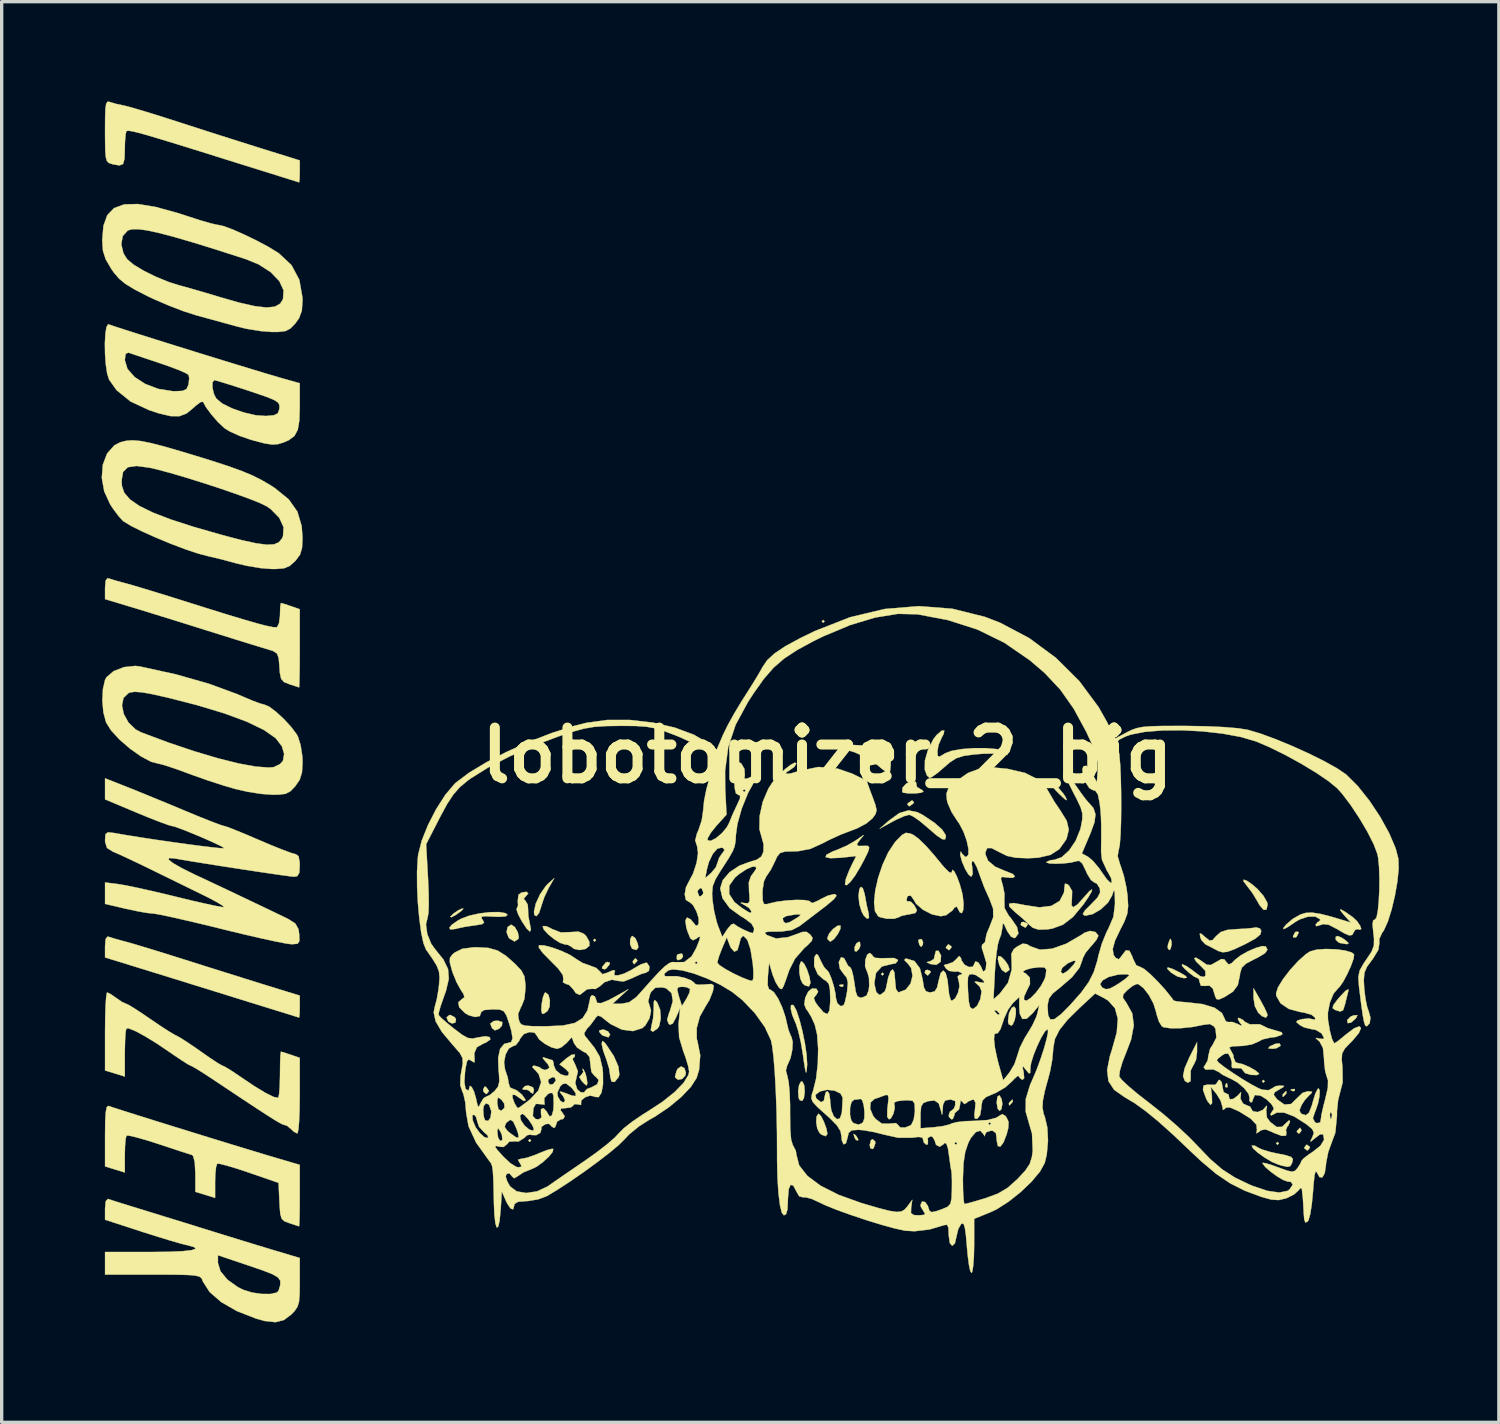
<source format=kicad_pcb>
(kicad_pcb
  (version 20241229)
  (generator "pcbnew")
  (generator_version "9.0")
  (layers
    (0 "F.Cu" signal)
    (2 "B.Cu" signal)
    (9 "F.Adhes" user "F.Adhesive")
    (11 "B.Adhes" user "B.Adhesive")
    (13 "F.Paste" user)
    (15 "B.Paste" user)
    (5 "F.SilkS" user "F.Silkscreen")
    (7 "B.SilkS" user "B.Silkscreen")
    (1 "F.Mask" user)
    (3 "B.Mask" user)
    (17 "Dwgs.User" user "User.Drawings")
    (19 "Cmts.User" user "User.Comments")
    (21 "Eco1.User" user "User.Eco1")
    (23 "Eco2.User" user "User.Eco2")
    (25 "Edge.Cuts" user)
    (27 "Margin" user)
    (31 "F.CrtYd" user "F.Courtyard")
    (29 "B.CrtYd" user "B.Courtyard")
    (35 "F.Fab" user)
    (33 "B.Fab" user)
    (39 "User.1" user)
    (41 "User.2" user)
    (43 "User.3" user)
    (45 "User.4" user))
  (footprint "lobotomizer_2_big"
    (layer "F.Cu")
    (at 21.777 19.616)
    (property "Reference" "lobotomizer_2_big" (at 0 0 0) (layer "F.SilkS") (effects (font (size 1.524 1.524) (thickness 0.3))))
    (attr through_hole)
    (fp_poly (pts (xy -8.89 11.557) (xy -8.932 11.599) (xy -8.975 11.557) (xy -8.932 11.515) (xy -8.89 11.557)) (stroke (width 0.01) (type solid)) (fill yes) (layer "F.SilkS"))
    (fp_poly (pts (xy -6.943 5.546) (xy -6.985 5.588) (xy -7.027 5.546) (xy -6.985 5.503) (xy -6.943 5.546)) (stroke (width 0.01) (type solid)) (fill yes) (layer "F.SilkS"))
    (fp_poly (pts (xy -0.085 -4.022) (xy -0.127 -3.979) (xy -0.169 -4.022) (xy -0.127 -4.064) (xy -0.085 -4.022)) (stroke (width 0.01) (type solid)) (fill yes) (layer "F.SilkS"))
    (fp_poly (pts (xy 1.693 6.562) (xy 1.651 6.604) (xy 1.609 6.562) (xy 1.651 6.519) (xy 1.693 6.562)) (stroke (width 0.01) (type solid)) (fill yes) (layer "F.SilkS"))
    (fp_poly (pts (xy 13.123 9.779) (xy 13.081 9.821) (xy 13.039 9.779) (xy 13.081 9.737) (xy 13.123 9.779)) (stroke (width 0.01) (type solid)) (fill yes) (layer "F.SilkS"))
    (fp_poly (pts (xy 13.547 11.642) (xy 13.504 11.684) (xy 13.462 11.642) (xy 13.504 11.599) (xy 13.547 11.642)) (stroke (width 0.01) (type solid)) (fill yes) (layer "F.SilkS"))
    (fp_poly (pts (xy 0.48 6.886) (xy 0.468 6.937) (xy 0.423 6.943) (xy 0.354 6.912) (xy 0.367 6.886) (xy 0.467 6.876) (xy 0.48 6.886)) (stroke (width 0.01) (type solid)) (fill yes) (layer "F.SilkS"))
    (fp_poly (pts (xy 11.994 9.85) (xy 12.005 9.95) (xy 11.994 9.962) (xy 11.944 9.951) (xy 11.938 9.906) (xy 11.969 9.836) (xy 11.994 9.85)) (stroke (width 0.01) (type solid)) (fill yes) (layer "F.SilkS"))
    (fp_poly (pts (xy 14.026 10.019) (xy 14.015 10.069) (xy 13.97 10.075) (xy 13.9 10.044) (xy 13.914 10.019) (xy 14.014 10.009) (xy 14.026 10.019)) (stroke (width 0.01) (type solid)) (fill yes) (layer "F.SilkS"))
    (fp_poly (pts (xy -4.331 6.029) (xy -4.378 6.105) (xy -4.484 6.146) (xy -4.521 6.109) (xy -4.514 5.995) (xy -4.483 5.966) (xy -4.363 5.947) (xy -4.331 6.029)) (stroke (width 0.01) (type solid)) (fill yes) (layer "F.SilkS"))
    (fp_poly (pts (xy 0.846 11.396) (xy 0.857 11.407) (xy 0.924 11.518) (xy 0.915 11.559) (xy 0.852 11.534) (xy 0.81 11.455) (xy 0.784 11.356) (xy 0.846 11.396)) (stroke (width 0.01) (type solid)) (fill yes) (layer "F.SilkS"))
    (fp_poly (pts (xy 2.871 5.606) (xy 2.861 5.684) (xy 2.814 5.748) (xy 2.759 5.684) (xy 2.728 5.559) (xy 2.743 5.526) (xy 2.827 5.512) (xy 2.871 5.606)) (stroke (width 0.01) (type solid)) (fill yes) (layer "F.SilkS"))
    (fp_poly (pts (xy -11.181 7.858) (xy -11.145 7.916) (xy -11.162 8.019) (xy -11.267 8.044) (xy -11.374 7.987) (xy -11.428 7.864) (xy -11.345 7.792) (xy -11.312 7.789) (xy -11.181 7.858)) (stroke (width 0.01) (type solid)) (fill yes) (layer "F.SilkS"))
    (fp_poly (pts (xy -10.245 9.948) (xy -10.163 10.057) (xy -10.16 10.08) (xy -10.225 10.158) (xy -10.245 10.16) (xy -10.319 10.091) (xy -10.329 10.028) (xy -10.288 9.94) (xy -10.245 9.948)) (stroke (width 0.01) (type solid)) (fill yes) (layer "F.SilkS"))
    (fp_poly (pts (xy -9.756 8.001) (xy -9.765 8.109) (xy -9.852 8.203) (xy -9.979 8.251) (xy -10.063 8.185) (xy -10.115 8.05) (xy -10.014 7.972) (xy -9.892 7.959) (xy -9.756 8.001)) (stroke (width 0.01) (type solid)) (fill yes) (layer "F.SilkS"))
    (fp_poly (pts (xy -6.579 8.284) (xy -6.519 8.379) (xy -6.572 8.461) (xy -6.727 8.411) (xy -6.771 8.385) (xy -6.849 8.292) (xy -6.838 8.249) (xy -6.717 8.225) (xy -6.579 8.284)) (stroke (width 0.01) (type solid)) (fill yes) (layer "F.SilkS"))
    (fp_poly (pts (xy -6.531 6.22) (xy -6.535 6.271) (xy -6.642 6.399) (xy -6.683 6.419) (xy -6.762 6.396) (xy -6.757 6.345) (xy -6.65 6.216) (xy -6.609 6.197) (xy -6.531 6.22)) (stroke (width 0.01) (type solid)) (fill yes) (layer "F.SilkS"))
    (fp_poly (pts (xy -5.702 6.148) (xy -5.715 6.181) (xy -5.791 6.261) (xy -5.805 6.265) (xy -5.841 6.2) (xy -5.842 6.181) (xy -5.777 6.099) (xy -5.752 6.096) (xy -5.702 6.148)) (stroke (width 0.01) (type solid)) (fill yes) (layer "F.SilkS"))
    (fp_poly (pts (xy 0.977 5.605) (xy 0.987 5.714) (xy 0.951 5.804) (xy 0.866 5.888) (xy 0.822 5.87) (xy 0.814 5.757) (xy 0.87 5.641) (xy 0.949 5.591) (xy 0.977 5.605)) (stroke (width 0.01) (type solid)) (fill yes) (layer "F.SilkS"))
    (fp_poly (pts (xy 1.431 11.583) (xy 1.439 11.637) (xy 1.388 11.781) (xy 1.355 11.811) (xy 1.288 11.785) (xy 1.27 11.689) (xy 1.305 11.549) (xy 1.355 11.515) (xy 1.431 11.583)) (stroke (width 0.01) (type solid)) (fill yes) (layer "F.SilkS"))
    (fp_poly (pts (xy 2.596 1.407) (xy 2.582 1.439) (xy 2.47 1.521) (xy 2.445 1.524) (xy 2.399 1.472) (xy 2.413 1.439) (xy 2.525 1.358) (xy 2.55 1.355) (xy 2.596 1.407)) (stroke (width 0.01) (type solid)) (fill yes) (layer "F.SilkS"))
    (fp_poly (pts (xy 3.097 6.474) (xy 3.09 6.519) (xy 3.018 6.6) (xy 3.006 6.604) (xy 2.938 6.545) (xy 2.921 6.519) (xy 2.941 6.448) (xy 3.006 6.435) (xy 3.097 6.474)) (stroke (width 0.01) (type solid)) (fill yes) (layer "F.SilkS"))
    (fp_poly (pts (xy 3.723 5.737) (xy 3.725 5.757) (xy 3.661 5.84) (xy 3.641 5.842) (xy 3.558 5.778) (xy 3.556 5.757) (xy 3.62 5.675) (xy 3.641 5.673) (xy 3.723 5.737)) (stroke (width 0.01) (type solid)) (fill yes) (layer "F.SilkS"))
    (fp_poly (pts (xy 5.561 10.384) (xy 5.546 10.414) (xy 5.466 10.495) (xy 5.451 10.499) (xy 5.445 10.444) (xy 5.461 10.414) (xy 5.541 10.333) (xy 5.556 10.329) (xy 5.561 10.384)) (stroke (width 0.01) (type solid)) (fill yes) (layer "F.SilkS"))
    (fp_poly (pts (xy 5.995 5.04) (xy 6.011 5.08) (xy 5.951 5.162) (xy 5.932 5.165) (xy 5.817 5.103) (xy 5.8 5.08) (xy 5.819 5.008) (xy 5.879 4.995) (xy 5.995 5.04)) (stroke (width 0.01) (type solid)) (fill yes) (layer "F.SilkS"))
    (fp_poly (pts (xy 10.323 5.575) (xy 10.329 5.673) (xy 10.297 5.81) (xy 10.253 5.842) (xy 10.209 5.775) (xy 10.22 5.673) (xy 10.269 5.536) (xy 10.297 5.503) (xy 10.323 5.575)) (stroke (width 0.01) (type solid)) (fill yes) (layer "F.SilkS"))
    (fp_poly (pts (xy 13.774 10.13) (xy 13.758 10.16) (xy 13.679 10.241) (xy 13.664 10.245) (xy 13.658 10.19) (xy 13.674 10.16) (xy 13.753 10.079) (xy 13.768 10.075) (xy 13.774 10.13)) (stroke (width 0.01) (type solid)) (fill yes) (layer "F.SilkS"))
    (fp_poly (pts (xy 14.133 5.296) (xy 14.139 5.324) (xy 14.078 5.444) (xy 14.055 5.461) (xy 13.977 5.457) (xy 13.97 5.429) (xy 14.032 5.309) (xy 14.055 5.292) (xy 14.133 5.296)) (stroke (width 0.01) (type solid)) (fill yes) (layer "F.SilkS"))
    (fp_poly (pts (xy 14.223 11.242) (xy 14.224 11.261) (xy 14.159 11.342) (xy 14.134 11.345) (xy 14.084 11.293) (xy 14.097 11.261) (xy 14.173 11.18) (xy 14.187 11.176) (xy 14.223 11.242)) (stroke (width 0.01) (type solid)) (fill yes) (layer "F.SilkS"))
    (fp_poly (pts (xy 14.476 11.748) (xy 14.478 11.769) (xy 14.414 11.851) (xy 14.393 11.853) (xy 14.311 11.789) (xy 14.309 11.769) (xy 14.373 11.686) (xy 14.393 11.684) (xy 14.476 11.748)) (stroke (width 0.01) (type solid)) (fill yes) (layer "F.SilkS"))
    (fp_poly (pts (xy 10.349 6.404) (xy 10.583 6.519) (xy 10.755 6.622) (xy 10.786 6.672) (xy 10.699 6.685) (xy 10.503 6.635) (xy 10.318 6.522) (xy 10.197 6.402) (xy 10.213 6.362) (xy 10.349 6.404)) (stroke (width 0.01) (type solid)) (fill yes) (layer "F.SilkS"))
    (fp_poly (pts (xy 13.598 8.704) (xy 13.589 8.721) (xy 13.471 8.788) (xy 13.351 8.804) (xy 13.23 8.791) (xy 13.264 8.74) (xy 13.293 8.721) (xy 13.45 8.651) (xy 13.57 8.645) (xy 13.598 8.704)) (stroke (width 0.01) (type solid)) (fill yes) (layer "F.SilkS"))
    (fp_poly (pts (xy 15.873 7.867) (xy 15.841 7.907) (xy 15.711 8.018) (xy 15.614 8.035) (xy 15.596 7.95) (xy 15.6 7.938) (xy 15.704 7.834) (xy 15.795 7.801) (xy 15.902 7.794) (xy 15.873 7.867)) (stroke (width 0.01) (type solid)) (fill yes) (layer "F.SilkS"))
    (fp_poly (pts (xy -10.922 4.602) (xy -10.985 4.668) (xy -11.137 4.778) (xy -11.144 4.783) (xy -11.278 4.856) (xy -11.314 4.844) (xy -11.309 4.835) (xy -11.218 4.745) (xy -11.082 4.652) (xy -10.963 4.595) (xy -10.922 4.602)) (stroke (width 0.01) (type solid)) (fill yes) (layer "F.SilkS"))
    (fp_poly (pts (xy -5.761 5.489) (xy -5.69 5.648) (xy -5.673 5.764) (xy -5.729 5.838) (xy -5.845 5.807) (xy -5.87 5.786) (xy -5.92 5.664) (xy -5.918 5.515) (xy -5.868 5.423) (xy -5.851 5.419) (xy -5.761 5.489)) (stroke (width 0.01) (type solid)) (fill yes) (layer "F.SilkS"))
    (fp_poly (pts (xy -4.29 9.387) (xy -4.246 9.517) (xy -4.262 9.604) (xy -4.357 9.709) (xy -4.483 9.732) (xy -4.565 9.668) (xy -4.571 9.631) (xy -4.527 9.47) (xy -4.49 9.399) (xy -4.387 9.333) (xy -4.29 9.387)) (stroke (width 0.01) (type solid)) (fill yes) (layer "F.SilkS"))
    (fp_poly (pts (xy -0.695 9.901) (xy -0.68 10.095) (xy -0.705 10.281) (xy -0.756 10.368) (xy -0.834 10.342) (xy -0.865 10.267) (xy -0.878 10.07) (xy -0.85 9.891) (xy -0.793 9.787) (xy -0.752 9.785) (xy -0.695 9.901)) (stroke (width 0.01) (type solid)) (fill yes) (layer "F.SilkS"))
    (fp_poly (pts (xy 5.165 10.202) (xy 5.23 10.319) (xy 5.249 10.461) (xy 5.22 10.618) (xy 5.165 10.668) (xy 5.106 10.594) (xy 5.08 10.416) (xy 5.08 10.409) (xy 5.103 10.24) (xy 5.162 10.201) (xy 5.165 10.202)) (stroke (width 0.01) (type solid)) (fill yes) (layer "F.SilkS"))
    (fp_poly (pts (xy 5.208 6.037) (xy 5.321 6.146) (xy 5.421 6.292) (xy 5.463 6.416) (xy 5.456 6.443) (xy 5.348 6.518) (xy 5.233 6.437) (xy 5.16 6.296) (xy 5.115 6.117) (xy 5.127 6.021) (xy 5.208 6.037)) (stroke (width 0.01) (type solid)) (fill yes) (layer "F.SilkS"))
    (fp_poly (pts (xy 5.652 7.604) (xy 5.654 7.763) (xy 5.619 7.944) (xy 5.557 8.08) (xy 5.52 8.108) (xy 5.439 8.067) (xy 5.419 7.973) (xy 5.45 7.735) (xy 5.53 7.574) (xy 5.602 7.535) (xy 5.652 7.604)) (stroke (width 0.01) (type solid)) (fill yes) (layer "F.SilkS"))
    (fp_poly (pts (xy 15.423 5.465) (xy 15.541 5.543) (xy 15.64 5.635) (xy 15.596 5.663) (xy 15.579 5.663) (xy 15.391 5.632) (xy 15.346 5.617) (xy 15.254 5.534) (xy 15.252 5.444) (xy 15.308 5.419) (xy 15.423 5.465)) (stroke (width 0.01) (type solid)) (fill yes) (layer "F.SilkS"))
    (fp_poly (pts (xy -9.381 5.15) (xy -9.29 5.304) (xy -9.259 5.461) (xy -9.272 5.505) (xy -9.388 5.584) (xy -9.536 5.497) (xy -9.566 5.462) (xy -9.627 5.306) (xy -9.598 5.153) (xy -9.495 5.08) (xy -9.488 5.08) (xy -9.381 5.15)) (stroke (width 0.01) (type solid)) (fill yes) (layer "F.SilkS"))
    (fp_poly (pts (xy -8.837 9.959) (xy -8.805 10.033) (xy -8.834 10.151) (xy -8.91 10.109) (xy -8.933 10.074) (xy -9.035 10.025) (xy -9.065 10.037) (xy -9.139 10.024) (xy -9.144 9.996) (xy -9.073 9.923) (xy -8.975 9.906) (xy -8.837 9.959)) (stroke (width 0.01) (type solid)) (fill yes) (layer "F.SilkS"))
    (fp_poly (pts (xy -8.371 7.183) (xy -8.327 7.348) (xy -8.335 7.536) (xy -8.397 7.672) (xy -8.513 7.753) (xy -8.561 7.752) (xy -8.585 7.643) (xy -8.573 7.456) (xy -8.536 7.262) (xy -8.486 7.132) (xy -8.459 7.112) (xy -8.371 7.183)) (stroke (width 0.01) (type solid)) (fill yes) (layer "F.SilkS"))
    (fp_poly (pts (xy 0.39 5.205) (xy 0.312 5.362) (xy 0.199 5.51) (xy 0.094 5.587) (xy 0.083 5.588) (xy 0.007 5.52) (xy 0 5.474) (xy 0.052 5.346) (xy 0.17 5.209) (xy 0.303 5.112) (xy 0.393 5.106) (xy 0.39 5.205)) (stroke (width 0.01) (type solid)) (fill yes) (layer "F.SilkS"))
    (fp_poly (pts (xy 6.771 0.823) (xy 6.931 0.97) (xy 7.084 1.153) (xy 7.147 1.249) (xy 7.186 1.344) (xy 7.124 1.315) (xy 6.957 1.159) (xy 6.858 1.058) (xy 6.71 0.89) (xy 6.646 0.782) (xy 6.657 0.762) (xy 6.771 0.823)) (stroke (width 0.01) (type solid)) (fill yes) (layer "F.SilkS"))
    (fp_poly (pts (xy 12.997 7.353) (xy 13.119 7.581) (xy 13.195 7.75) (xy 13.208 7.798) (xy 13.16 7.871) (xy 13.038 7.823) (xy 12.925 7.719) (xy 12.827 7.528) (xy 12.786 7.281) (xy 12.786 7.275) (xy 12.787 6.985) (xy 12.997 7.353)) (stroke (width 0.01) (type solid)) (fill yes) (layer "F.SilkS"))
    (fp_poly (pts (xy 3.41 6.007) (xy 3.41 6.008) (xy 3.397 6.194) (xy 3.267 6.285) (xy 3.09 6.261) (xy 2.981 6.208) (xy 3.027 6.189) (xy 3.069 6.187) (xy 3.194 6.111) (xy 3.217 6.011) (xy 3.255 5.866) (xy 3.335 5.864) (xy 3.41 6.007)) (stroke (width 0.01) (type solid)) (fill yes) (layer "F.SilkS"))
    (fp_poly (pts (xy 15.631 7.07) (xy 15.577 7.284) (xy 15.531 7.472) (xy 15.474 7.647) (xy 15.384 7.687) (xy 15.227 7.635) (xy 15.16 7.584) (xy 15.181 7.493) (xy 15.304 7.329) (xy 15.381 7.239) (xy 15.551 7.06) (xy 15.631 7.018) (xy 15.631 7.07)) (stroke (width 0.01) (type solid)) (fill yes) (layer "F.SilkS"))
    (fp_poly (pts (xy -8.364 3.979) (xy -8.494 4.251) (xy -8.586 4.523) (xy -8.592 4.551) (xy -8.656 4.737) (xy -8.733 4.825) (xy -8.792 4.793) (xy -8.805 4.696) (xy -8.752 4.45) (xy -8.619 4.163) (xy -8.445 3.914) (xy -8.384 3.852) (xy -8.194 3.683) (xy -8.364 3.979)) (stroke (width 0.01) (type solid)) (fill yes) (layer "F.SilkS"))
    (fp_poly (pts (xy -7.32 9.422) (xy -7.264 9.529) (xy -7.22 9.695) (xy -7.204 9.845) (xy -7.226 9.906) (xy -7.3 9.849) (xy -7.377 9.765) (xy -7.447 9.647) (xy -7.388 9.589) (xy -7.387 9.589) (xy -7.323 9.5) (xy -7.337 9.454) (xy -7.348 9.402) (xy -7.32 9.422)) (stroke (width 0.01) (type solid)) (fill yes) (layer "F.SilkS"))
    (fp_poly (pts (xy -0.697 6.253) (xy -0.611 6.426) (xy -0.54 6.637) (xy -0.508 6.822) (xy -0.508 6.828) (xy -0.554 6.933) (xy -0.674 6.902) (xy -0.745 6.841) (xy -0.809 6.708) (xy -0.842 6.513) (xy -0.84 6.32) (xy -0.801 6.196) (xy -0.77 6.181) (xy -0.697 6.253)) (stroke (width 0.01) (type solid)) (fill yes) (layer "F.SilkS"))
    (fp_poly (pts (xy -0.192 10.823) (xy -0.106 10.991) (xy -0.032 11.19) (xy -0.000029 11.354) (xy 0 11.358) (xy -0.052 11.427) (xy -0.174 11.382) (xy -0.237 11.328) (xy -0.305 11.193) (xy -0.336 11.007) (xy -0.325 10.837) (xy -0.271 10.754) (xy -0.262 10.753) (xy -0.192 10.823)) (stroke (width 0.01) (type solid)) (fill yes) (layer "F.SilkS"))
    (fp_poly (pts (xy -5.113 7.407) (xy -5.106 7.417) (xy -5.02 7.629) (xy -5 7.889) (xy -5.046 8.117) (xy -5.097 8.196) (xy -5.237 8.292) (xy -5.301 8.248) (xy -5.277 8.107) (xy -5.231 7.893) (xy -5.212 7.623) (xy -5.212 7.591) (xy -5.208 7.392) (xy -5.18 7.338) (xy -5.113 7.407)) (stroke (width 0.01) (type solid)) (fill yes) (layer "F.SilkS"))
    (fp_poly (pts (xy 1.063 3.987) (xy 1.116 4.152) (xy 1.128 4.214) (xy 1.176 4.48) (xy 1.229 4.705) (xy 1.233 4.72) (xy 1.249 4.873) (xy 1.19 4.901) (xy 1.093 4.809) (xy 1.03 4.695) (xy 0.958 4.461) (xy 0.934 4.213) (xy 0.958 4.016) (xy 1.005 3.944) (xy 1.063 3.987)) (stroke (width 0.01) (type solid)) (fill yes) (layer "F.SilkS"))
    (fp_poly (pts (xy 2.656 0.796) (xy 2.667 0.847) (xy 2.685 0.944) (xy 2.746 0.983) (xy 2.861 1.055) (xy 2.879 1.089) (xy 2.806 1.122) (xy 2.636 1.14) (xy 2.439 1.14) (xy 2.287 1.122) (xy 2.246 1.101) (xy 2.254 0.969) (xy 2.369 0.843) (xy 2.524 0.783) (xy 2.656 0.796)) (stroke (width 0.01) (type solid)) (fill yes) (layer "F.SilkS"))
    (fp_poly (pts (xy 11.091 8.908) (xy 11.061 9.136) (xy 10.986 9.294) (xy 10.976 9.304) (xy 10.9 9.458) (xy 10.901 9.61) (xy 10.896 9.778) (xy 10.813 9.822) (xy 10.724 9.765) (xy 10.671 9.624) (xy 10.718 9.391) (xy 10.868 9.047) (xy 10.88 9.024) (xy 11.091 8.607) (xy 11.091 8.908)) (stroke (width 0.01) (type solid)) (fill yes) (layer "F.SilkS"))
    (fp_poly (pts (xy 12.588 3.763) (xy 12.75 3.875) (xy 12.906 4.01) (xy 13.084 4.214) (xy 13.193 4.406) (xy 13.208 4.476) (xy 13.175 4.629) (xy 13.089 4.634) (xy 12.969 4.497) (xy 12.904 4.381) (xy 12.755 4.133) (xy 12.592 3.918) (xy 12.591 3.916) (xy 12.484 3.776) (xy 12.491 3.728) (xy 12.588 3.763)) (stroke (width 0.01) (type solid)) (fill yes) (layer "F.SilkS"))
    (fp_poly (pts (xy -6.683 8.621) (xy -6.637 8.678) (xy -6.408 9.023) (xy -6.273 9.333) (xy -6.242 9.576) (xy -6.266 9.653) (xy -6.385 9.8) (xy -6.478 9.789) (xy -6.519 9.624) (xy -6.519 9.607) (xy -6.552 9.384) (xy -6.633 9.121) (xy -6.646 9.089) (xy -6.729 8.855) (xy -6.77 8.67) (xy -6.771 8.647) (xy -6.752 8.567) (xy -6.683 8.621)) (stroke (width 0.01) (type solid)) (fill yes) (layer "F.SilkS"))
    (fp_poly (pts (xy 12.828 11.712) (xy 12.897 11.756) (xy 13.043 11.826) (xy 13.29 11.9) (xy 13.464 11.938) (xy 13.756 11.998) (xy 13.913 12.049) (xy 13.967 12.113) (xy 13.95 12.207) (xy 13.941 12.231) (xy 13.892 12.322) (xy 13.808 12.346) (xy 13.638 12.31) (xy 13.52 12.275) (xy 13.33 12.193) (xy 13.114 12.064) (xy 12.913 11.92) (xy 12.772 11.792) (xy 12.731 11.71) (xy 12.735 11.706) (xy 12.828 11.712)) (stroke (width 0.01) (type solid)) (fill yes) (layer "F.SilkS"))
    (fp_poly (pts (xy -8.975 4.14) (xy -9.048 4.226) (xy -9.05 4.227) (xy -9.114 4.306) (xy -9.063 4.358) (xy -8.991 4.482) (xy -8.983 4.601) (xy -8.974 4.822) (xy -8.935 5.02) (xy -8.895 5.228) (xy -8.927 5.287) (xy -9.023 5.198) (xy -9.169 4.978) (xy -9.28 4.766) (xy -9.328 4.624) (xy -9.319 4.59) (xy -9.282 4.5) (xy -9.291 4.369) (xy -9.27 4.184) (xy -9.182 4.116) (xy -9.033 4.093) (xy -8.975 4.14)) (stroke (width 0.01) (type solid)) (fill yes) (layer "F.SilkS"))
    (fp_poly (pts (xy -1.01 7.507) (xy -0.928 7.658) (xy -0.838 7.929) (xy -0.75 8.273) (xy -0.675 8.642) (xy -0.624 8.988) (xy -0.608 9.263) (xy -0.61 9.301) (xy -0.624 9.471) (xy -0.641 9.521) (xy -0.665 9.438) (xy -0.702 9.208) (xy -0.735 8.974) (xy -0.797 8.608) (xy -0.873 8.277) (xy -0.949 8.04) (xy -0.967 8.001) (xy -1.055 7.791) (xy -1.098 7.608) (xy -1.092 7.493) (xy -1.033 7.488) (xy -1.01 7.507)) (stroke (width 0.01) (type solid)) (fill yes) (layer "F.SilkS"))
    (fp_poly (pts (xy 2.701 1.705) (xy 2.864 1.789) (xy 3.206 2.017) (xy 3.443 2.226) (xy 3.551 2.395) (xy 3.556 2.428) (xy 3.532 2.52) (xy 3.446 2.515) (xy 3.282 2.405) (xy 3.022 2.181) (xy 3 2.162) (xy 2.768 1.968) (xy 2.57 1.831) (xy 2.455 1.782) (xy 2.311 1.82) (xy 2.086 1.919) (xy 1.947 1.991) (xy 1.566 2.201) (xy 1.851 1.954) (xy 2.16 1.731) (xy 2.43 1.65) (xy 2.701 1.705)) (stroke (width 0.01) (type solid)) (fill yes) (layer "F.SilkS"))
    (fp_poly (pts (xy -8.436 5.124) (xy -8.268 5.206) (xy -8.261 5.211) (xy -8.001 5.312) (xy -7.716 5.303) (xy -7.469 5.288) (xy -7.308 5.353) (xy -7.241 5.416) (xy -7.145 5.586) (xy -7.141 5.712) (xy -7.254 5.807) (xy -7.44 5.841) (xy -7.61 5.804) (xy -7.662 5.757) (xy -7.782 5.686) (xy -7.878 5.673) (xy -8.021 5.626) (xy -8.204 5.511) (xy -8.382 5.366) (xy -8.51 5.226) (xy -8.543 5.131) (xy -8.537 5.123) (xy -8.436 5.124)) (stroke (width 0.01) (type solid)) (fill yes) (layer "F.SilkS"))
    (fp_poly (pts (xy -9.659 4.734) (xy -9.597 4.784) (xy -9.655 4.83) (xy -9.854 4.844) (xy -10.009 4.838) (xy -10.26 4.826) (xy -10.373 4.841) (xy -10.375 4.893) (xy -10.344 4.935) (xy -10.301 5.017) (xy -10.365 5.065) (xy -10.565 5.099) (xy -10.601 5.103) (xy -10.878 5.144) (xy -11.112 5.194) (xy -11.155 5.207) (xy -11.309 5.225) (xy -11.345 5.176) (xy -11.276 5.086) (xy -11.101 4.963) (xy -10.986 4.899) (xy -10.741 4.808) (xy -10.44 4.742) (xy -10.128 4.705) (xy -9.852 4.701) (xy -9.659 4.734)) (stroke (width 0.01) (type solid)) (fill yes) (layer "F.SilkS"))
    (fp_poly (pts (xy 12.982 5.195) (xy 13.018 5.268) (xy 12.99 5.374) (xy 12.846 5.495) (xy 12.565 5.649) (xy 12.521 5.671) (xy 12.21 5.817) (xy 12.004 5.893) (xy 11.859 5.908) (xy 11.729 5.869) (xy 11.642 5.824) (xy 11.446 5.721) (xy 11.345 5.671) (xy 11.222 5.544) (xy 11.187 5.452) (xy 11.174 5.345) (xy 11.219 5.352) (xy 11.334 5.451) (xy 11.467 5.556) (xy 11.557 5.542) (xy 11.666 5.42) (xy 11.804 5.299) (xy 12.002 5.236) (xy 12.282 5.213) (xy 12.563 5.198) (xy 12.785 5.175) (xy 12.864 5.16) (xy 12.982 5.195)) (stroke (width 0.01) (type solid)) (fill yes) (layer "F.SilkS"))
    (fp_poly (pts (xy 1.609 -0.294) (xy 1.622 -0.193) (xy 1.69 -0.219) (xy 1.757 -0.277) (xy 1.842 -0.342) (xy 1.886 -0.317) (xy 1.903 -0.175) (xy 1.905 0.041) (xy 1.898 0.302) (xy 1.879 0.485) (xy 1.862 0.536) (xy 1.782 0.51) (xy 1.623 0.394) (xy 1.514 0.299) (xy 1.203 0.081) (xy 0.82 -0.092) (xy 0.731 -0.12) (xy 0.476 -0.202) (xy 0.303 -0.274) (xy 0.254 -0.311) (xy 0.331 -0.33) (xy 0.533 -0.33) (xy 0.816 -0.311) (xy 0.819 -0.31) (xy 1.193 -0.293) (xy 1.433 -0.32) (xy 1.496 -0.351) (xy 1.587 -0.391) (xy 1.609 -0.294)) (stroke (width 0.01) (type solid)) (fill yes) (layer "F.SilkS"))
    (fp_poly (pts (xy 1.028 2.472) (xy 0.982 2.526) (xy 0.885 2.661) (xy 0.924 2.718) (xy 1.112 2.715) (xy 1.122 2.714) (xy 1.221 2.717) (xy 1.255 2.769) (xy 1.218 2.898) (xy 1.104 3.13) (xy 0.992 3.339) (xy 0.829 3.611) (xy 0.686 3.801) (xy 0.579 3.895) (xy 0.527 3.877) (xy 0.547 3.733) (xy 0.552 3.714) (xy 0.637 3.49) (xy 0.739 3.268) (xy 0.864 3.022) (xy 0.385 3.072) (xy 0.088 3.085) (xy -0.052 3.053) (xy -0.031 2.983) (xy 0.154 2.884) (xy 0.293 2.832) (xy 0.585 2.706) (xy 0.858 2.548) (xy 0.883 2.53) (xy 1.048 2.413) (xy 1.091 2.393) (xy 1.028 2.472)) (stroke (width 0.01) (type solid)) (fill yes) (layer "F.SilkS"))
    (fp_poly (pts (xy 7.205 3.868) (xy 7.247 3.902) (xy 7.343 4.069) (xy 7.337 4.293) (xy 7.324 4.497) (xy 7.378 4.556) (xy 7.505 4.471) (xy 7.699 4.256) (xy 7.863 4.072) (xy 7.94 4.019) (xy 7.929 4.083) (xy 7.833 4.252) (xy 7.676 4.479) (xy 7.37 4.847) (xy 7.072 5.078) (xy 6.745 5.198) (xy 6.593 5.221) (xy 6.327 5.228) (xy 6.154 5.168) (xy 6.054 5.081) (xy 5.867 4.903) (xy 5.645 4.714) (xy 5.63 4.702) (xy 5.463 4.542) (xy 5.449 4.451) (xy 5.585 4.43) (xy 5.869 4.481) (xy 5.907 4.49) (xy 6.36 4.56) (xy 6.719 4.516) (xy 6.97 4.367) (xy 7.098 4.118) (xy 7.112 3.975) (xy 7.129 3.848) (xy 7.205 3.868)) (stroke (width 0.01) (type solid)) (fill yes) (layer "F.SilkS"))
    (fp_poly (pts (xy 3.488 -0.64) (xy 3.439 -0.553) (xy 3.336 -0.321) (xy 3.302 -0.128) (xy 3.31 0.016) (xy 3.363 0.038) (xy 3.508 -0.046) (xy 3.531 -0.062) (xy 3.734 -0.138) (xy 4.037 -0.19) (xy 4.393 -0.217) (xy 4.753 -0.217) (xy 5.068 -0.19) (xy 5.29 -0.134) (xy 5.351 -0.095) (xy 5.404 -0.019) (xy 5.331 -0.011) (xy 5.226 -0.034) (xy 5.019 -0.054) (xy 4.715 -0.052) (xy 4.426 -0.031) (xy 4.098 0.013) (xy 3.87 0.084) (xy 3.673 0.21) (xy 3.509 0.352) (xy 3.301 0.53) (xy 3.135 0.648) (xy 3.066 0.677) (xy 2.987 0.604) (xy 2.923 0.432) (xy 2.926 0.156) (xy 3.02 -0.173) (xy 3.178 -0.483) (xy 3.276 -0.611) (xy 3.426 -0.74) (xy 3.506 -0.747) (xy 3.488 -0.64)) (stroke (width 0.01) (type solid)) (fill yes) (layer "F.SilkS"))
    (fp_poly (pts (xy -21.556 5.446) (xy -21.405 5.494) (xy -21.165 5.561) (xy -21.07 5.586) (xy -20.867 5.643) (xy -20.539 5.741) (xy -20.119 5.869) (xy -19.643 6.017) (xy -19.262 6.137) (xy -18.7 6.315) (xy -18.105 6.502) (xy -17.531 6.682) (xy -17.035 6.837) (xy -16.828 6.901) (xy -15.833 7.208) (xy -15.833 7.541) (xy -15.837 7.749) (xy -15.849 7.86) (xy -15.854 7.866) (xy -15.939 7.84) (xy -16.146 7.775) (xy -16.438 7.685) (xy -16.552 7.65) (xy -16.879 7.549) (xy -17.318 7.413) (xy -17.821 7.256) (xy -18.339 7.095) (xy -18.542 7.032) (xy -19.08 6.865) (xy -19.65 6.688) (xy -20.193 6.52) (xy -20.651 6.379) (xy -20.765 6.343) (xy -21.675 6.063) (xy -21.675 5.732) (xy -21.659 5.515) (xy -21.604 5.439) (xy -21.556 5.446)) (stroke (width 0.01) (type solid)) (fill yes) (layer "F.SilkS"))
    (fp_poly (pts (xy 15.546 4.701) (xy 15.769 4.858) (xy 15.896 4.979) (xy 15.985 5.11) (xy 16.017 5.21) (xy 15.973 5.235) (xy 15.926 5.212) (xy 15.837 5.235) (xy 15.802 5.292) (xy 15.747 5.387) (xy 15.657 5.402) (xy 15.496 5.332) (xy 15.289 5.209) (xy 15.044 5.083) (xy 14.875 5.062) (xy 14.802 5.088) (xy 14.671 5.126) (xy 14.647 5.083) (xy 14.712 4.999) (xy 14.737 4.995) (xy 14.788 4.943) (xy 14.774 4.911) (xy 14.639 4.836) (xy 14.419 4.84) (xy 14.176 4.919) (xy 14.068 4.981) (xy 13.815 5.15) (xy 13.689 5.215) (xy 13.683 5.179) (xy 13.758 5.083) (xy 13.963 4.906) (xy 14.19 4.776) (xy 14.353 4.726) (xy 14.541 4.717) (xy 14.787 4.754) (xy 15.128 4.841) (xy 15.494 4.951) (xy 15.706 5.016) (xy 15.494 4.781) (xy 15.386 4.645) (xy 15.403 4.619) (xy 15.546 4.701)) (stroke (width 0.01) (type solid)) (fill yes) (layer "F.SilkS"))
    (fp_poly (pts (xy -8.503 5.702) (xy -8.26 5.765) (xy -7.981 5.867) (xy -7.726 5.986) (xy -7.549 6.101) (xy -7.546 6.104) (xy -7.351 6.226) (xy -7.133 6.303) (xy -6.935 6.38) (xy -6.824 6.485) (xy -6.824 6.486) (xy -6.749 6.566) (xy -6.611 6.523) (xy -6.427 6.443) (xy -6.369 6.465) (xy -6.392 6.519) (xy -6.393 6.595) (xy -6.283 6.601) (xy -6.101 6.548) (xy -5.887 6.442) (xy -5.806 6.391) (xy -5.6 6.272) (xy -5.448 6.222) (xy -5.413 6.227) (xy -5.34 6.337) (xy -5.355 6.464) (xy -5.441 6.519) (xy -5.58 6.557) (xy -5.791 6.651) (xy -5.85 6.681) (xy -6.114 6.784) (xy -6.272 6.768) (xy -6.47 6.731) (xy -6.69 6.806) (xy -6.824 6.926) (xy -6.964 7.011) (xy -7.051 7.004) (xy -7.211 7.018) (xy -7.286 7.075) (xy -7.427 7.187) (xy -7.549 7.135) (xy -7.62 7.027) (xy -7.745 6.892) (xy -7.844 6.858) (xy -7.936 6.808) (xy -7.923 6.717) (xy -7.94 6.588) (xy -8.079 6.396) (xy -8.316 6.157) (xy -8.544 5.925) (xy -8.66 5.766) (xy -8.655 5.697) (xy -8.503 5.702)) (stroke (width 0.01) (type solid)) (fill yes) (layer "F.SilkS"))
    (fp_poly (pts (xy -21.545 -19.61) (xy -21.526 -19.603) (xy -21.334 -19.547) (xy -21.124 -19.503) (xy -20.961 -19.463) (xy -20.669 -19.379) (xy -20.282 -19.262) (xy -19.831 -19.12) (xy -19.473 -19.005) (xy -18.902 -18.821) (xy -18.279 -18.621) (xy -17.667 -18.427) (xy -17.13 -18.257) (xy -16.954 -18.202) (xy -15.833 -17.853) (xy -15.833 -17.52) (xy -15.837 -17.312) (xy -15.849 -17.201) (xy -15.854 -17.195) (xy -15.938 -17.222) (xy -16.149 -17.288) (xy -16.45 -17.382) (xy -16.679 -17.454) (xy -17.056 -17.571) (xy -17.541 -17.723) (xy -18.079 -17.891) (xy -18.617 -18.06) (xy -18.796 -18.116) (xy -19.461 -18.323) (xy -19.982 -18.482) (xy -20.376 -18.6) (xy -20.66 -18.679) (xy -20.852 -18.725) (xy -20.968 -18.743) (xy -21.026 -18.736) (xy -21.035 -18.73) (xy -21.06 -18.626) (xy -21.077 -18.406) (xy -21.082 -18.189) (xy -21.091 -17.898) (xy -21.135 -17.745) (xy -21.243 -17.702) (xy -21.442 -17.737) (xy -21.484 -17.749) (xy -21.568 -17.78) (xy -21.622 -17.84) (xy -21.654 -17.96) (xy -21.67 -18.172) (xy -21.674 -18.506) (xy -21.675 -18.73) (xy -21.673 -19.137) (xy -21.663 -19.401) (xy -21.642 -19.55) (xy -21.604 -19.611) (xy -21.545 -19.61)) (stroke (width 0.01) (type solid)) (fill yes) (layer "F.SilkS"))
    (fp_poly (pts (xy 13.156 5.734) (xy 13.204 5.832) (xy 13.13 5.936) (xy 12.918 6.064) (xy 12.806 6.119) (xy 12.563 6.247) (xy 12.437 6.367) (xy 12.385 6.527) (xy 12.376 6.604) (xy 12.315 6.891) (xy 12.171 7.088) (xy 11.921 7.248) (xy 11.752 7.324) (xy 11.672 7.311) (xy 11.64 7.242) (xy 11.579 7.046) (xy 11.562 6.992) (xy 11.46 6.908) (xy 11.351 6.917) (xy 11.209 6.914) (xy 11.176 6.826) (xy 11.144 6.705) (xy 11.113 6.686) (xy 11.011 6.64) (xy 10.868 6.535) (xy 10.729 6.412) (xy 10.639 6.309) (xy 10.64 6.266) (xy 10.763 6.316) (xy 10.948 6.443) (xy 11.008 6.491) (xy 11.191 6.627) (xy 11.298 6.648) (xy 11.346 6.603) (xy 11.339 6.464) (xy 11.211 6.329) (xy 11.066 6.19) (xy 11.007 6.084) (xy 11.063 6.071) (xy 11.2 6.152) (xy 11.226 6.172) (xy 11.387 6.283) (xy 11.507 6.289) (xy 11.663 6.201) (xy 11.822 6.111) (xy 11.909 6.121) (xy 11.965 6.193) (xy 12.039 6.272) (xy 12.128 6.236) (xy 12.227 6.137) (xy 12.393 6.006) (xy 12.621 5.877) (xy 12.861 5.775) (xy 13.058 5.721) (xy 13.156 5.734)) (stroke (width 0.01) (type solid)) (fill yes) (layer "F.SilkS"))
    (fp_poly (pts (xy 2.488 2.345) (xy 2.572 2.381) (xy 2.734 2.498) (xy 2.955 2.712) (xy 3.195 2.983) (xy 3.269 3.074) (xy 3.505 3.36) (xy 3.658 3.51) (xy 3.726 3.52) (xy 3.729 3.501) (xy 3.754 3.431) (xy 3.813 3.49) (xy 3.89 3.646) (xy 3.972 3.867) (xy 4.042 4.121) (xy 4.06 4.212) (xy 4.087 4.456) (xy 4.075 4.641) (xy 4.033 4.735) (xy 3.971 4.708) (xy 3.929 4.625) (xy 3.878 4.533) (xy 3.81 4.574) (xy 3.752 4.653) (xy 3.564 4.794) (xy 3.403 4.826) (xy 3.139 4.771) (xy 2.87 4.633) (xy 2.66 4.452) (xy 2.584 4.323) (xy 2.499 4.206) (xy 2.406 4.222) (xy 2.371 4.337) (xy 2.406 4.389) (xy 2.427 4.375) (xy 2.509 4.392) (xy 2.605 4.493) (xy 2.687 4.647) (xy 2.64 4.73) (xy 2.446 4.772) (xy 2.422 4.774) (xy 2.235 4.812) (xy 2.145 4.854) (xy 2.005 4.902) (xy 1.789 4.902) (xy 1.583 4.857) (xy 1.524 4.828) (xy 1.427 4.673) (xy 1.4 4.405) (xy 1.435 4.059) (xy 1.523 3.671) (xy 1.656 3.277) (xy 1.824 2.913) (xy 2.02 2.615) (xy 2.066 2.562) (xy 2.237 2.388) (xy 2.358 2.323) (xy 2.488 2.345)) (stroke (width 0.01) (type solid)) (fill yes) (layer "F.SilkS"))
    (fp_poly (pts (xy -21.556 -5.307) (xy -21.405 -5.259) (xy -21.165 -5.192) (xy -21.07 -5.167) (xy -20.861 -5.109) (xy -20.529 -5.01) (xy -20.112 -4.883) (xy -19.646 -4.739) (xy -19.389 -4.658) (xy -18.613 -4.414) (xy -17.985 -4.219) (xy -17.489 -4.069) (xy -17.111 -3.96) (xy -16.838 -3.889) (xy -16.654 -3.851) (xy -16.547 -3.843) (xy -16.51 -3.852) (xy -16.456 -3.963) (xy -16.427 -4.174) (xy -16.425 -4.238) (xy -16.419 -4.449) (xy -16.402 -4.564) (xy -16.396 -4.572) (xy -16.304 -4.547) (xy -16.12 -4.486) (xy -16.099 -4.479) (xy -15.833 -4.386) (xy -15.833 -3.209) (xy -15.834 -2.786) (xy -15.838 -2.431) (xy -15.844 -2.175) (xy -15.851 -2.049) (xy -15.854 -2.041) (xy -15.94 -2.07) (xy -16.123 -2.129) (xy -16.146 -2.136) (xy -16.307 -2.202) (xy -16.392 -2.299) (xy -16.43 -2.479) (xy -16.442 -2.657) (xy -16.464 -2.913) (xy -16.514 -3.054) (xy -16.63 -3.131) (xy -16.806 -3.187) (xy -16.997 -3.244) (xy -17.315 -3.341) (xy -17.728 -3.469) (xy -18.201 -3.617) (xy -18.627 -3.75) (xy -19.17 -3.921) (xy -19.722 -4.093) (xy -20.238 -4.253) (xy -20.67 -4.386) (xy -20.892 -4.453) (xy -21.675 -4.689) (xy -21.675 -5.02) (xy -21.659 -5.237) (xy -21.605 -5.314) (xy -21.556 -5.307)) (stroke (width 0.01) (type solid)) (fill yes) (layer "F.SilkS"))
    (fp_poly (pts (xy -21.569 10.52) (xy -21.411 10.573) (xy -21.117 10.667) (xy -20.712 10.795) (xy -20.221 10.949) (xy -19.67 11.121) (xy -19.084 11.302) (xy -18.489 11.486) (xy -17.909 11.664) (xy -17.371 11.828) (xy -16.9 11.971) (xy -16.521 12.084) (xy -16.447 12.106) (xy -15.833 12.286) (xy -15.833 13.213) (xy -15.834 13.585) (xy -15.839 13.884) (xy -15.847 14.076) (xy -15.854 14.131) (xy -15.94 14.102) (xy -16.123 14.042) (xy -16.147 14.035) (xy -16.292 13.98) (xy -16.375 13.903) (xy -16.417 13.761) (xy -16.437 13.51) (xy -16.443 13.387) (xy -16.468 12.827) (xy -17.357 12.52) (xy -17.72 12.399) (xy -18.023 12.308) (xy -18.232 12.256) (xy -18.309 12.25) (xy -18.343 12.348) (xy -18.366 12.563) (xy -18.373 12.782) (xy -18.373 13.277) (xy -18.669 13.186) (xy -18.965 13.095) (xy -18.965 12.556) (xy -18.983 12.205) (xy -19.034 12.018) (xy -19.071 11.988) (xy -19.191 11.95) (xy -19.434 11.872) (xy -19.762 11.763) (xy -20.08 11.658) (xy -20.444 11.543) (xy -20.747 11.457) (xy -20.955 11.41) (xy -21.032 11.408) (xy -21.058 11.513) (xy -21.076 11.736) (xy -21.082 11.987) (xy -21.082 12.515) (xy -21.378 12.424) (xy -21.675 12.333) (xy -21.675 11.407) (xy -21.67 10.982) (xy -21.654 10.706) (xy -21.625 10.558) (xy -21.579 10.517) (xy -21.569 10.52)) (stroke (width 0.01) (type solid)) (fill yes) (layer "F.SilkS"))
    (fp_poly (pts (xy 11.832 9.809) (xy 11.853 9.948) (xy 11.889 10.105) (xy 11.959 10.139) (xy 12.043 10.181) (xy 12.044 10.223) (xy 12.071 10.318) (xy 12.178 10.309) (xy 12.316 10.206) (xy 12.337 10.181) (xy 12.411 10.104) (xy 12.41 10.131) (xy 12.394 10.299) (xy 12.472 10.448) (xy 12.582 10.499) (xy 12.689 10.542) (xy 12.7 10.574) (xy 12.764 10.678) (xy 12.908 10.703) (xy 13.06 10.642) (xy 13.096 10.606) (xy 13.182 10.509) (xy 13.188 10.558) (xy 13.166 10.643) (xy 13.186 10.864) (xy 13.288 11.002) (xy 13.484 11.151) (xy 13.642 11.146) (xy 13.767 11.028) (xy 13.854 10.95) (xy 13.883 10.981) (xy 13.827 11.114) (xy 13.804 11.131) (xy 13.758 11.242) (xy 13.771 11.306) (xy 13.762 11.409) (xy 13.632 11.417) (xy 13.399 11.329) (xy 13.345 11.302) (xy 13.151 11.223) (xy 13.019 11.246) (xy 12.969 11.281) (xy 12.875 11.343) (xy 12.88 11.276) (xy 12.89 11.247) (xy 12.873 11.082) (xy 12.701 10.9) (xy 12.369 10.694) (xy 12.313 10.665) (xy 12.091 10.568) (xy 11.968 10.564) (xy 11.923 10.605) (xy 11.869 10.641) (xy 11.853 10.541) (xy 11.798 10.357) (xy 11.676 10.16) (xy 11.503 9.948) (xy 11.537 10.223) (xy 11.542 10.435) (xy 11.495 10.487) (xy 11.406 10.377) (xy 11.359 10.283) (xy 11.269 10.034) (xy 11.288 9.904) (xy 11.42 9.877) (xy 11.472 9.885) (xy 11.635 9.885) (xy 11.684 9.831) (xy 11.743 9.741) (xy 11.769 9.737) (xy 11.832 9.809)) (stroke (width 0.01) (type solid)) (fill yes) (layer "F.SilkS"))
    (fp_poly (pts (xy -21.569 13.314) (xy -21.445 13.356) (xy -21.202 13.433) (xy -20.88 13.533) (xy -20.701 13.588) (xy -20.341 13.699) (xy -19.872 13.844) (xy -19.345 14.006) (xy -18.814 14.171) (xy -18.627 14.229) (xy -18.109 14.39) (xy -17.58 14.553) (xy -17.089 14.703) (xy -16.69 14.824) (xy -16.573 14.859) (xy -15.833 15.081) (xy -15.833 15.802) (xy -15.836 16.158) (xy -15.855 16.391) (xy -15.901 16.546) (xy -15.986 16.671) (xy -16.08 16.771) (xy -16.307 16.942) (xy -16.562 17.007) (xy -16.889 16.971) (xy -17.145 16.899) (xy -17.719 16.674) (xy -18.191 16.403) (xy -18.539 16.1) (xy -18.742 15.781) (xy -18.756 15.741) (xy -18.785 15.682) (xy -18.846 15.639) (xy -18.962 15.61) (xy -19.159 15.592) (xy -19.461 15.583) (xy -19.892 15.579) (xy -20.241 15.579) (xy -21.675 15.579) (xy -21.675 15.23) (xy -18.288 15.23) (xy -18.211 15.48) (xy -18 15.734) (xy -17.688 15.956) (xy -17.526 16.036) (xy -17.262 16.118) (xy -16.973 16.16) (xy -16.71 16.161) (xy -16.524 16.119) (xy -16.469 16.066) (xy -16.418 15.894) (xy -16.415 15.767) (xy -16.484 15.666) (xy -16.645 15.57) (xy -16.922 15.461) (xy -17.335 15.319) (xy -18.288 14.998) (xy -18.288 15.23) (xy -21.675 15.23) (xy -21.675 14.901) (xy -20.32 14.901) (xy -19.762 14.895) (xy -19.345 14.876) (xy -19.076 14.846) (xy -18.958 14.805) (xy -18.998 14.756) (xy -19.201 14.698) (xy -19.241 14.69) (xy -19.424 14.643) (xy -19.728 14.555) (xy -20.112 14.437) (xy -20.536 14.303) (xy -20.595 14.284) (xy -21.675 13.933) (xy -21.675 13.604) (xy -21.655 13.38) (xy -21.592 13.31) (xy -21.569 13.314)) (stroke (width 0.01) (type solid)) (fill yes) (layer "F.SilkS"))
    (fp_poly (pts (xy -20.637 -2.67) (xy -19.551 -2.432) (xy -18.566 -2.152) (xy -17.712 -1.839) (xy -17.539 -1.764) (xy -17.255 -1.644) (xy -17.023 -1.557) (xy -16.895 -1.524) (xy -16.895 -1.524) (xy -16.751 -1.463) (xy -16.543 -1.307) (xy -16.31 -1.092) (xy -16.092 -0.856) (xy -15.928 -0.637) (xy -15.886 -0.561) (xy -15.806 -0.304) (xy -15.756 0.024) (xy -15.748 0.197) (xy -15.766 0.511) (xy -15.835 0.733) (xy -15.967 0.925) (xy -16.112 1.076) (xy -16.259 1.153) (xy -16.473 1.179) (xy -16.666 1.18) (xy -17.001 1.154) (xy -17.406 1.09) (xy -17.762 1.009) (xy -18.135 0.9) (xy -18.584 0.754) (xy -19.03 0.597) (xy -19.159 0.549) (xy -19.504 0.423) (xy -19.795 0.324) (xy -19.992 0.265) (xy -20.048 0.255) (xy -20.291 0.192) (xy -20.598 0.029) (xy -20.928 -0.204) (xy -21.24 -0.474) (xy -21.494 -0.749) (xy -21.645 -0.992) (xy -21.725 -1.291) (xy -21.743 -1.499) (xy -21.167 -1.499) (xy -21.113 -1.24) (xy -20.973 -0.987) (xy -20.76 -0.78) (xy -20.597 -0.693) (xy -19.772 -0.385) (xy -18.997 -0.124) (xy -18.289 0.087) (xy -17.669 0.242) (xy -17.154 0.336) (xy -16.763 0.365) (xy -16.613 0.352) (xy -16.423 0.26) (xy -16.336 0.161) (xy -16.301 -0.043) (xy -16.368 -0.273) (xy -16.553 -0.515) (xy -16.904 -0.761) (xy -17.418 -1.01) (xy -18.093 -1.26) (xy -18.926 -1.511) (xy -19.802 -1.735) (xy -20.252 -1.836) (xy -20.569 -1.893) (xy -20.785 -1.908) (xy -20.93 -1.887) (xy -20.967 -1.873) (xy -21.122 -1.724) (xy -21.167 -1.499) (xy -21.743 -1.499) (xy -21.756 -1.645) (xy -21.738 -1.992) (xy -21.674 -2.266) (xy -21.632 -2.345) (xy -21.416 -2.529) (xy -21.104 -2.649) (xy -20.764 -2.685) (xy -20.637 -2.67)) (stroke (width 0.01) (type solid)) (fill yes) (layer "F.SilkS"))
    (fp_poly (pts (xy -20.615 -9.434) (xy -20.31 -9.374) (xy -19.909 -9.271) (xy -19.385 -9.119) (xy -19.135 -9.044) (xy -18.49 -8.846) (xy -17.98 -8.68) (xy -17.575 -8.534) (xy -17.247 -8.397) (xy -16.967 -8.256) (xy -16.705 -8.102) (xy -16.571 -8.014) (xy -16.163 -7.682) (xy -15.904 -7.315) (xy -15.774 -6.878) (xy -15.75 -6.524) (xy -15.764 -6.225) (xy -15.824 -6.024) (xy -15.953 -5.849) (xy -15.976 -5.825) (xy -16.135 -5.684) (xy -16.305 -5.614) (xy -16.552 -5.593) (xy -16.674 -5.593) (xy -17.01 -5.62) (xy -17.411 -5.687) (xy -17.738 -5.763) (xy -18.073 -5.854) (xy -18.378 -5.931) (xy -18.584 -5.978) (xy -18.882 -6.056) (xy -19.269 -6.186) (xy -19.705 -6.351) (xy -20.148 -6.535) (xy -20.559 -6.719) (xy -20.897 -6.887) (xy -21.119 -7.023) (xy -21.139 -7.039) (xy -21.266 -7.176) (xy -21.43 -7.396) (xy -21.52 -7.531) (xy -21.7 -7.923) (xy -21.759 -8.255) (xy -21.178 -8.255) (xy -21.169 -8.086) (xy -21.099 -7.88) (xy -20.928 -7.681) (xy -20.645 -7.485) (xy -20.237 -7.285) (xy -19.696 -7.077) (xy -19.008 -6.855) (xy -18.164 -6.613) (xy -18.161 -6.612) (xy -17.585 -6.461) (xy -17.148 -6.365) (xy -16.829 -6.322) (xy -16.606 -6.332) (xy -16.458 -6.396) (xy -16.364 -6.512) (xy -16.335 -6.578) (xy -16.318 -6.846) (xy -16.446 -7.127) (xy -16.702 -7.389) (xy -16.83 -7.477) (xy -17.024 -7.571) (xy -17.347 -7.7) (xy -17.766 -7.852) (xy -18.248 -8.018) (xy -18.759 -8.184) (xy -19.265 -8.342) (xy -19.733 -8.479) (xy -20.13 -8.585) (xy -20.337 -8.632) (xy -20.73 -8.685) (xy -20.99 -8.647) (xy -21.134 -8.507) (xy -21.178 -8.255) (xy -21.759 -8.255) (xy -21.772 -8.333) (xy -21.741 -8.723) (xy -21.613 -9.059) (xy -21.394 -9.305) (xy -21.216 -9.396) (xy -21.041 -9.44) (xy -20.85 -9.454) (xy -20.615 -9.434)) (stroke (width 0.01) (type solid)) (fill yes) (layer "F.SilkS"))
    (fp_poly (pts (xy -21.506 7.163) (xy -21.341 7.278) (xy -21.336 7.281) (xy -21.166 7.398) (xy -21.052 7.449) (xy -21.051 7.449) (xy -20.953 7.495) (xy -20.753 7.618) (xy -20.484 7.796) (xy -20.331 7.901) (xy -20.031 8.105) (xy -19.771 8.274) (xy -19.591 8.381) (xy -19.546 8.403) (xy -19.416 8.474) (xy -19.19 8.618) (xy -18.91 8.809) (xy -18.804 8.884) (xy -18.528 9.077) (xy -18.303 9.225) (xy -18.166 9.305) (xy -18.143 9.313) (xy -18.049 9.359) (xy -17.858 9.477) (xy -17.614 9.642) (xy -17.197 9.923) (xy -16.859 10.128) (xy -16.616 10.248) (xy -16.486 10.273) (xy -16.476 10.267) (xy -16.452 10.164) (xy -16.434 9.936) (xy -16.426 9.629) (xy -16.425 9.553) (xy -16.422 9.242) (xy -16.413 9.009) (xy -16.399 8.895) (xy -16.396 8.89) (xy -16.304 8.915) (xy -16.12 8.976) (xy -16.099 8.983) (xy -15.833 9.076) (xy -15.833 10.211) (xy -15.838 10.627) (xy -15.852 10.974) (xy -15.873 11.222) (xy -15.9 11.34) (xy -15.907 11.345) (xy -16.017 11.287) (xy -16.087 11.218) (xy -16.218 11.111) (xy -16.285 11.091) (xy -16.337 11.077) (xy -16.432 11.03) (xy -16.587 10.938) (xy -16.816 10.794) (xy -17.133 10.588) (xy -17.553 10.311) (xy -18.09 9.953) (xy -18.435 9.723) (xy -18.716 9.539) (xy -18.943 9.397) (xy -19.079 9.321) (xy -19.101 9.313) (xy -19.19 9.268) (xy -19.38 9.147) (xy -19.636 8.975) (xy -19.716 8.919) (xy -20.121 8.646) (xy -20.48 8.425) (xy -20.768 8.27) (xy -20.963 8.192) (xy -21.035 8.194) (xy -21.057 8.295) (xy -21.073 8.522) (xy -21.081 8.832) (xy -21.082 8.939) (xy -21.082 9.636) (xy -21.378 9.545) (xy -21.675 9.454) (xy -21.675 8.283) (xy -21.67 7.86) (xy -21.659 7.505) (xy -21.641 7.249) (xy -21.619 7.122) (xy -21.611 7.114) (xy -21.506 7.163)) (stroke (width 0.01) (type solid)) (fill yes) (layer "F.SilkS"))
    (fp_poly (pts (xy -20.159 -16.457) (xy -19.5 -16.276) (xy -19.172 -16.17) (xy -18.827 -16.058) (xy -18.53 -15.972) (xy -18.327 -15.923) (xy -18.277 -15.917) (xy -18.106 -15.878) (xy -17.829 -15.774) (xy -17.489 -15.623) (xy -17.126 -15.447) (xy -16.781 -15.263) (xy -16.498 -15.091) (xy -16.462 -15.067) (xy -16.081 -14.712) (xy -15.845 -14.27) (xy -15.752 -13.738) (xy -15.75 -13.659) (xy -15.77 -13.347) (xy -15.852 -13.121) (xy -15.967 -12.96) (xy -16.112 -12.81) (xy -16.259 -12.733) (xy -16.473 -12.706) (xy -16.666 -12.705) (xy -17.017 -12.733) (xy -17.423 -12.799) (xy -17.695 -12.864) (xy -18.062 -12.965) (xy -18.498 -13.085) (xy -18.913 -13.198) (xy -18.923 -13.201) (xy -19.309 -13.324) (xy -19.767 -13.5) (xy -20.222 -13.696) (xy -20.405 -13.783) (xy -20.791 -13.982) (xy -21.061 -14.146) (xy -21.253 -14.304) (xy -21.409 -14.486) (xy -21.484 -14.593) (xy -21.656 -14.885) (xy -21.738 -15.145) (xy -21.751 -15.338) (xy -21.188 -15.338) (xy -21.123 -15.066) (xy -21.012 -14.888) (xy -20.821 -14.727) (xy -20.515 -14.542) (xy -20.143 -14.359) (xy -19.753 -14.2) (xy -19.453 -14.106) (xy -19.159 -14.025) (xy -18.774 -13.914) (xy -18.372 -13.795) (xy -18.272 -13.764) (xy -17.659 -13.588) (xy -17.184 -13.48) (xy -16.83 -13.439) (xy -16.581 -13.464) (xy -16.419 -13.556) (xy -16.335 -13.69) (xy -16.318 -13.956) (xy -16.447 -14.233) (xy -16.702 -14.498) (xy -17.063 -14.731) (xy -17.441 -14.887) (xy -18.299 -15.163) (xy -19.01 -15.384) (xy -19.59 -15.553) (xy -20.052 -15.675) (xy -20.41 -15.753) (xy -20.676 -15.789) (xy -20.866 -15.787) (xy -20.992 -15.751) (xy -20.993 -15.75) (xy -21.144 -15.584) (xy -21.188 -15.338) (xy -21.751 -15.338) (xy -21.759 -15.463) (xy -21.759 -15.465) (xy -21.723 -15.891) (xy -21.608 -16.21) (xy -21.404 -16.422) (xy -21.101 -16.533) (xy -20.69 -16.544) (xy -20.159 -16.457)) (stroke (width 0.01) (type solid)) (fill yes) (layer "F.SilkS"))
    (fp_poly (pts (xy -21.569 -12.933) (xy -21.389 -12.872) (xy -21.073 -12.769) (xy -20.648 -12.634) (xy -20.14 -12.474) (xy -19.575 -12.297) (xy -18.98 -12.112) (xy -18.382 -11.927) (xy -17.806 -11.75) (xy -17.279 -11.59) (xy -16.827 -11.453) (xy -16.477 -11.349) (xy -16.32 -11.304) (xy -15.833 -11.167) (xy -15.833 -10.458) (xy -15.845 -10.047) (xy -15.893 -9.768) (xy -15.992 -9.585) (xy -16.161 -9.459) (xy -16.317 -9.391) (xy -16.49 -9.338) (xy -16.663 -9.327) (xy -16.885 -9.361) (xy -17.204 -9.444) (xy -17.334 -9.482) (xy -17.652 -9.593) (xy -17.935 -9.722) (xy -18.088 -9.816) (xy -18.281 -9.996) (xy -18.484 -10.229) (xy -18.652 -10.456) (xy -18.733 -10.607) (xy -18.802 -10.604) (xy -18.944 -10.501) (xy -19.026 -10.425) (xy -19.229 -10.259) (xy -19.444 -10.178) (xy -19.71 -10.18) (xy -20.063 -10.264) (xy -20.351 -10.359) (xy -20.91 -10.619) (xy -21.329 -10.958) (xy -21.555 -11.278) (xy -21.612 -11.46) (xy -21.652 -11.728) (xy -21.662 -11.862) (xy -21.082 -11.862) (xy -21.003 -11.598) (xy -20.787 -11.352) (xy -20.468 -11.145) (xy -20.077 -10.997) (xy -19.649 -10.929) (xy -19.581 -10.927) (xy -19.348 -10.937) (xy -19.229 -10.994) (xy -19.213 -11.03) (xy -18.452 -11.03) (xy -18.406 -10.84) (xy -18.34 -10.71) (xy -18.159 -10.559) (xy -17.863 -10.412) (xy -17.508 -10.288) (xy -17.149 -10.205) (xy -16.849 -10.184) (xy -16.61 -10.206) (xy -16.493 -10.262) (xy -16.448 -10.379) (xy -16.443 -10.416) (xy -16.442 -10.509) (xy -16.481 -10.585) (xy -16.587 -10.657) (xy -16.786 -10.742) (xy -17.103 -10.853) (xy -17.378 -10.945) (xy -17.756 -11.068) (xy -18.075 -11.168) (xy -18.3 -11.236) (xy -18.398 -11.261) (xy -18.451 -11.192) (xy -18.452 -11.03) (xy -19.213 -11.03) (xy -19.172 -11.124) (xy -19.171 -11.129) (xy -19.149 -11.318) (xy -19.17 -11.418) (xy -19.267 -11.478) (xy -19.49 -11.574) (xy -19.801 -11.69) (xy -20.046 -11.774) (xy -20.402 -11.893) (xy -20.704 -11.994) (xy -20.911 -12.064) (xy -20.976 -12.086) (xy -21.057 -12.047) (xy -21.082 -11.862) (xy -21.662 -11.862) (xy -21.675 -12.042) (xy -21.68 -12.36) (xy -21.666 -12.642) (xy -21.634 -12.847) (xy -21.584 -12.934) (xy -21.569 -12.933)) (stroke (width 0.01) (type solid)) (fill yes) (layer "F.SilkS"))
    (fp_poly (pts (xy -21.018 0.947) (xy -20.681 1.082) (xy -20.244 1.261) (xy -19.762 1.459) (xy -19.292 1.656) (xy -19.278 1.661) (xy -18.879 1.827) (xy -18.533 1.965) (xy -18.271 2.065) (xy -18.126 2.114) (xy -18.109 2.117) (xy -18.003 2.149) (xy -17.775 2.237) (xy -17.457 2.367) (xy -17.083 2.527) (xy -17.052 2.54) (xy -16.671 2.702) (xy -16.338 2.835) (xy -16.09 2.927) (xy -15.96 2.963) (xy -15.956 2.963) (xy -15.869 3.024) (xy -15.834 3.22) (xy -15.833 3.302) (xy -15.847 3.524) (xy -15.905 3.622) (xy -16 3.641) (xy -16.123 3.628) (xy -16.382 3.593) (xy -16.747 3.54) (xy -17.187 3.475) (xy -17.672 3.401) (xy -18.171 3.324) (xy -18.652 3.248) (xy -19.087 3.178) (xy -19.443 3.118) (xy -19.589 3.092) (xy -19.753 3.08) (xy -19.767 3.128) (xy -19.64 3.23) (xy -19.378 3.38) (xy -18.991 3.573) (xy -18.95 3.592) (xy -18.487 3.809) (xy -17.986 4.045) (xy -17.481 4.285) (xy -17.007 4.511) (xy -16.598 4.706) (xy -16.289 4.856) (xy -16.171 4.914) (xy -15.965 5.046) (xy -15.872 5.212) (xy -15.849 5.367) (xy -15.842 5.569) (xy -15.896 5.652) (xy -16.054 5.665) (xy -16.103 5.664) (xy -16.266 5.641) (xy -16.565 5.582) (xy -16.971 5.494) (xy -17.457 5.382) (xy -17.993 5.253) (xy -18.203 5.201) (xy -18.746 5.068) (xy -19.244 4.951) (xy -19.669 4.854) (xy -19.996 4.785) (xy -20.196 4.749) (xy -20.235 4.746) (xy -20.422 4.726) (xy -20.711 4.675) (xy -21.043 4.604) (xy -21.061 4.6) (xy -21.675 4.456) (xy -21.675 3.813) (xy -21.273 3.863) (xy -21.051 3.901) (xy -20.704 3.973) (xy -20.272 4.069) (xy -19.793 4.181) (xy -19.526 4.246) (xy -19.071 4.357) (xy -18.672 4.448) (xy -18.36 4.515) (xy -18.163 4.551) (xy -18.11 4.554) (xy -18.146 4.51) (xy -18.306 4.411) (xy -18.559 4.275) (xy -18.692 4.209) (xy -19.046 4.036) (xy -19.489 3.819) (xy -19.956 3.59) (xy -20.278 3.432) (xy -20.662 3.246) (xy -21.011 3.081) (xy -21.285 2.954) (xy -21.442 2.887) (xy -21.615 2.779) (xy -21.673 2.598) (xy -21.675 2.538) (xy -21.662 2.364) (xy -21.588 2.307) (xy -21.401 2.329) (xy -21.399 2.329) (xy -21.044 2.391) (xy -20.62 2.459) (xy -20.156 2.53) (xy -19.679 2.599) (xy -19.218 2.663) (xy -18.802 2.718) (xy -18.458 2.759) (xy -18.215 2.784) (xy -18.1 2.788) (xy -18.096 2.784) (xy -18.207 2.718) (xy -18.43 2.611) (xy -18.72 2.482) (xy -19.035 2.349) (xy -19.328 2.232) (xy -19.555 2.148) (xy -19.671 2.118) (xy -19.784 2.087) (xy -20.018 2.002) (xy -20.34 1.877) (xy -20.715 1.723) (xy -20.722 1.72) (xy -21.675 1.32) (xy -21.675 0.688) (xy -21.018 0.947)) (stroke (width 0.01) (type solid)) (fill yes) (layer "F.SilkS"))
    (fp_poly (pts (xy 3.748 -4.4) (xy 4.721 -4.158) (xy 5.181 -3.981) (xy 6.054 -3.52) (xy 6.855 -2.928) (xy 7.558 -2.23) (xy 8.137 -1.449) (xy 8.388 -1.004) (xy 8.639 -0.506) (xy 8.997 -0.698) (xy 9.143 -0.769) (xy 9.29 -0.82) (xy 9.469 -0.854) (xy 9.712 -0.874) (xy 10.049 -0.883) (xy 10.511 -0.884) (xy 10.753 -0.884) (xy 11.364 -0.874) (xy 11.9 -0.849) (xy 12.329 -0.813) (xy 12.615 -0.767) (xy 12.996 -0.654) (xy 13.455 -0.485) (xy 13.955 -0.278) (xy 14.455 -0.052) (xy 14.915 0.177) (xy 15.296 0.39) (xy 15.559 0.568) (xy 15.572 0.579) (xy 15.917 0.923) (xy 16.264 1.359) (xy 16.586 1.844) (xy 16.857 2.335) (xy 17.051 2.789) (xy 17.132 3.101) (xy 17.141 3.395) (xy 17.104 3.777) (xy 17.03 4.202) (xy 16.931 4.621) (xy 16.816 4.987) (xy 16.696 5.253) (xy 16.641 5.329) (xy 16.558 5.514) (xy 16.561 5.637) (xy 16.531 5.835) (xy 16.366 6.106) (xy 16.339 6.141) (xy 16.188 6.347) (xy 16.114 6.522) (xy 16.095 6.739) (xy 16.107 6.985) (xy 16.143 7.293) (xy 16.197 7.555) (xy 16.241 7.677) (xy 16.294 7.866) (xy 16.273 8.038) (xy 16.188 8.126) (xy 16.171 8.128) (xy 16.136 8.099) (xy 16.102 7.996) (xy 16.064 7.797) (xy 16.019 7.479) (xy 15.961 7.02) (xy 15.949 6.914) (xy 15.931 6.652) (xy 15.971 6.455) (xy 16.089 6.244) (xy 16.17 6.127) (xy 16.328 5.89) (xy 16.398 5.703) (xy 16.401 5.49) (xy 16.382 5.328) (xy 16.357 5.068) (xy 16.378 4.945) (xy 16.429 4.929) (xy 16.477 4.863) (xy 16.516 4.666) (xy 16.544 4.376) (xy 16.561 4.033) (xy 16.564 3.674) (xy 16.552 3.337) (xy 16.524 3.062) (xy 16.504 2.963) (xy 16.395 2.672) (xy 16.206 2.298) (xy 15.965 1.889) (xy 15.703 1.492) (xy 15.447 1.154) (xy 15.294 0.984) (xy 15.036 0.772) (xy 14.663 0.519) (xy 14.216 0.249) (xy 13.736 -0.015) (xy 13.264 -0.247) (xy 12.864 -0.418) (xy 12.41 -0.552) (xy 11.861 -0.653) (xy 11.258 -0.721) (xy 10.641 -0.754) (xy 10.049 -0.749) (xy 9.523 -0.706) (xy 9.102 -0.623) (xy 8.954 -0.571) (xy 8.755 -0.473) (xy 8.683 -0.384) (xy 8.706 -0.252) (xy 8.726 -0.197) (xy 8.759 -0.026) (xy 8.785 0.272) (xy 8.803 0.659) (xy 8.813 1.099) (xy 8.815 1.557) (xy 8.81 1.995) (xy 8.796 2.378) (xy 8.774 2.67) (xy 8.743 2.834) (xy 8.738 2.844) (xy 8.71 3.025) (xy 8.79 3.298) (xy 8.806 3.336) (xy 8.897 3.62) (xy 8.974 3.976) (xy 9.005 4.204) (xy 9.024 4.518) (xy 8.998 4.752) (xy 8.909 4.99) (xy 8.803 5.197) (xy 8.632 5.554) (xy 8.561 5.808) (xy 8.586 5.987) (xy 8.651 6.077) (xy 8.745 6.118) (xy 8.834 6.01) (xy 8.841 5.997) (xy 8.958 5.847) (xy 9.064 5.864) (xy 9.154 6.046) (xy 9.166 6.091) (xy 9.268 6.297) (xy 9.394 6.35) (xy 9.508 6.41) (xy 9.694 6.568) (xy 9.915 6.787) (xy 10.138 7.033) (xy 10.328 7.27) (xy 10.388 7.356) (xy 10.477 7.38) (xy 10.677 7.401) (xy 10.771 7.407) (xy 11.257 7.463) (xy 11.617 7.572) (xy 11.834 7.728) (xy 11.889 7.836) (xy 11.954 7.977) (xy 12.023 8.001) (xy 12.151 7.999) (xy 12.296 8.053) (xy 12.426 8.116) (xy 12.427 8.085) (xy 12.372 8.015) (xy 12.313 7.906) (xy 12.341 7.874) (xy 12.462 7.932) (xy 12.523 7.992) (xy 12.678 8.071) (xy 12.788 8.067) (xy 12.975 8.069) (xy 13.06 8.108) (xy 13.213 8.184) (xy 13.438 8.251) (xy 13.452 8.254) (xy 13.63 8.308) (xy 13.653 8.364) (xy 13.621 8.39) (xy 13.447 8.45) (xy 13.293 8.468) (xy 13.056 8.522) (xy 12.917 8.596) (xy 12.732 8.674) (xy 12.466 8.717) (xy 12.371 8.721) (xy 12.143 8.73) (xy 12.06 8.764) (xy 12.09 8.822) (xy 12.18 8.992) (xy 12.192 9.076) (xy 12.244 9.204) (xy 12.306 9.229) (xy 12.459 9.264) (xy 12.658 9.349) (xy 12.842 9.452) (xy 12.947 9.54) (xy 12.954 9.559) (xy 12.882 9.593) (xy 12.707 9.586) (xy 12.703 9.586) (xy 12.532 9.532) (xy 12.47 9.454) (xy 12.47 9.452) (xy 12.415 9.387) (xy 12.289 9.384) (xy 12.153 9.381) (xy 12.13 9.341) (xy 12.136 9.215) (xy 12.099 9.079) (xy 12.026 8.946) (xy 11.921 8.955) (xy 11.855 8.993) (xy 11.723 9.094) (xy 11.684 9.149) (xy 11.751 9.227) (xy 11.927 9.363) (xy 12.172 9.532) (xy 12.447 9.709) (xy 12.714 9.869) (xy 12.934 9.986) (xy 13.051 10.034) (xy 13.241 10.045) (xy 13.331 9.998) (xy 13.452 9.925) (xy 13.573 9.909) (xy 13.703 9.917) (xy 13.676 9.956) (xy 13.589 10.006) (xy 13.424 10.106) (xy 13.392 10.183) (xy 13.475 10.297) (xy 13.504 10.329) (xy 13.714 10.478) (xy 13.916 10.459) (xy 14.089 10.287) (xy 14.26 10.125) (xy 14.416 10.078) (xy 14.544 10.092) (xy 14.517 10.147) (xy 14.471 10.184) (xy 14.327 10.339) (xy 14.229 10.488) (xy 14.165 10.65) (xy 14.206 10.739) (xy 14.232 10.758) (xy 14.356 10.797) (xy 14.45 10.722) (xy 14.534 10.51) (xy 14.573 10.367) (xy 14.643 10.143) (xy 14.713 10.008) (xy 14.74 9.991) (xy 14.773 10.061) (xy 14.763 10.235) (xy 14.719 10.452) (xy 14.65 10.653) (xy 14.635 10.684) (xy 14.567 10.888) (xy 14.628 11.007) (xy 14.684 11.035) (xy 14.786 11.016) (xy 14.804 10.938) (xy 14.824 10.788) (xy 15.077 10.788) (xy 15.093 10.898) (xy 15.122 10.899) (xy 15.142 10.786) (xy 15.129 10.737) (xy 15.091 10.705) (xy 15.077 10.788) (xy 14.824 10.788) (xy 14.825 10.782) (xy 14.882 10.527) (xy 14.939 10.308) (xy 15.016 9.974) (xy 15.021 9.753) (xy 14.989 9.657) (xy 14.936 9.475) (xy 14.905 9.208) (xy 14.901 9.095) (xy 14.869 8.777) (xy 14.769 8.589) (xy 14.753 8.575) (xy 14.652 8.486) (xy 14.683 8.478) (xy 14.753 8.499) (xy 14.876 8.509) (xy 14.901 8.481) (xy 14.829 8.343) (xy 14.659 8.239) (xy 14.52 8.213) (xy 14.307 8.163) (xy 14.177 8.093) (xy 14.071 8.003) (xy 14.103 7.955) (xy 14.24 7.915) (xy 14.444 7.893) (xy 14.569 7.92) (xy 14.638 7.925) (xy 14.63 7.865) (xy 14.525 7.782) (xy 14.299 7.717) (xy 14.184 7.699) (xy 13.846 7.608) (xy 13.597 7.44) (xy 13.471 7.22) (xy 13.462 7.142) (xy 13.52 6.961) (xy 13.673 6.711) (xy 13.886 6.434) (xy 14.126 6.171) (xy 14.358 5.964) (xy 14.482 5.883) (xy 14.678 5.829) (xy 14.952 5.809) (xy 15.255 5.818) (xy 15.533 5.855) (xy 15.734 5.914) (xy 15.804 5.973) (xy 15.788 6.1) (xy 15.71 6.317) (xy 15.596 6.568) (xy 15.471 6.799) (xy 15.361 6.955) (xy 15.329 6.983) (xy 15.188 7.148) (xy 15.077 7.415) (xy 15.017 7.719) (xy 15.02 7.928) (xy 15.074 8.254) (xy 15.138 8.5) (xy 15.199 8.626) (xy 15.218 8.636) (xy 15.301 8.585) (xy 15.463 8.456) (xy 15.549 8.382) (xy 15.803 8.191) (xy 15.96 8.13) (xy 16.011 8.182) (xy 15.946 8.333) (xy 15.752 8.564) (xy 15.701 8.615) (xy 15.525 8.798) (xy 15.444 8.946) (xy 15.432 9.133) (xy 15.454 9.349) (xy 15.461 9.81) (xy 15.391 10.081) (xy 15.324 10.343) (xy 15.29 10.67) (xy 15.29 10.812) (xy 15.241 11.32) (xy 15.142 11.588) (xy 15.029 11.897) (xy 14.964 12.228) (xy 14.96 12.283) (xy 14.923 12.535) (xy 14.851 12.664) (xy 14.764 12.654) (xy 14.687 12.513) (xy 14.651 12.476) (xy 14.617 12.596) (xy 14.586 12.877) (xy 14.57 13.099) (xy 14.535 13.465) (xy 14.488 13.763) (xy 14.435 13.949) (xy 14.413 13.984) (xy 14.344 14.019) (xy 14.308 13.929) (xy 14.294 13.754) (xy 14.269 13.313) (xy 14.236 13.015) (xy 14.233 12.996) (xy 14.189 12.985) (xy 14.136 13.053) (xy 14.003 13.174) (xy 13.788 13.282) (xy 13.757 13.293) (xy 13.539 13.343) (xy 13.318 13.329) (xy 13.019 13.246) (xy 13.017 13.245) (xy 12.52 13.06) (xy 12.083 12.839) (xy 11.664 12.555) (xy 11.216 12.178) (xy 10.922 11.902) (xy 10.382 11.39) (xy 9.933 10.987) (xy 9.552 10.675) (xy 9.218 10.434) (xy 8.909 10.249) (xy 8.902 10.245) (xy 8.601 10.032) (xy 8.433 9.775) (xy 8.415 9.623) (xy 8.756 9.623) (xy 8.759 9.64) (xy 8.842 9.745) (xy 9.035 9.926) (xy 9.309 10.157) (xy 9.638 10.414) (xy 9.674 10.441) (xy 10.073 10.757) (xy 10.484 11.111) (xy 10.852 11.454) (xy 11.082 11.691) (xy 11.484 12.11) (xy 11.849 12.424) (xy 12.228 12.668) (xy 12.672 12.881) (xy 12.756 12.916) (xy 13.201 13.066) (xy 13.557 13.117) (xy 13.806 13.067) (xy 13.868 13.022) (xy 13.964 12.878) (xy 13.906 12.798) (xy 13.804 12.785) (xy 13.676 12.74) (xy 13.493 12.631) (xy 13.298 12.489) (xy 13.139 12.351) (xy 13.06 12.249) (xy 13.062 12.225) (xy 13.15 12.237) (xy 13.347 12.297) (xy 13.54 12.367) (xy 13.797 12.46) (xy 13.945 12.492) (xy 14.033 12.464) (xy 14.104 12.386) (xy 14.197 12.24) (xy 14.221 12.172) (xy 14.288 12.094) (xy 14.455 11.967) (xy 14.563 11.896) (xy 14.795 11.711) (xy 14.898 11.542) (xy 14.901 11.514) (xy 14.876 11.373) (xy 14.786 11.369) (xy 14.621 11.493) (xy 14.504 11.591) (xy 14.496 11.565) (xy 14.551 11.456) (xy 14.597 11.323) (xy 14.548 11.214) (xy 14.38 11.073) (xy 14.373 11.067) (xy 14.01 10.837) (xy 13.706 10.719) (xy 13.482 10.718) (xy 13.42 10.753) (xy 13.315 10.805) (xy 13.293 10.77) (xy 13.356 10.662) (xy 13.373 10.654) (xy 13.395 10.583) (xy 13.318 10.458) (xy 13.18 10.323) (xy 13.019 10.222) (xy 12.975 10.206) (xy 12.826 10.191) (xy 12.785 10.281) (xy 12.742 10.398) (xy 12.703 10.414) (xy 12.656 10.352) (xy 12.668 10.29) (xy 12.639 10.158) (xy 12.506 9.987) (xy 12.312 9.819) (xy 12.102 9.7) (xy 12.065 9.687) (xy 11.859 9.584) (xy 11.751 9.505) (xy 11.585 9.423) (xy 11.478 9.426) (xy 11.348 9.429) (xy 11.289 9.358) (xy 11.344 9.272) (xy 11.411 9.154) (xy 11.43 9.018) (xy 11.482 8.804) (xy 11.557 8.69) (xy 11.672 8.468) (xy 11.646 8.213) (xy 11.607 8.138) (xy 11.479 8.061) (xy 11.291 8.083) (xy 10.952 8.15) (xy 10.605 8.186) (xy 10.3 8.189) (xy 10.088 8.157) (xy 10.037 8.131) (xy 9.948 7.989) (xy 9.874 7.758) (xy 9.862 7.697) (xy 9.783 7.445) (xy 9.645 7.189) (xy 9.484 6.98) (xy 9.332 6.866) (xy 9.29 6.858) (xy 9.168 6.911) (xy 9.004 7.039) (xy 8.877 7.173) (xy 8.867 7.273) (xy 8.968 7.419) (xy 8.971 7.423) (xy 9.147 7.741) (xy 9.194 8.1) (xy 9.113 8.526) (xy 8.976 8.886) (xy 8.855 9.194) (xy 8.777 9.456) (xy 8.756 9.623) (xy 8.415 9.623) (xy 8.393 9.449) (xy 8.474 9.03) (xy 8.534 8.843) (xy 8.682 8.316) (xy 8.714 7.901) (xy 8.628 7.586) (xy 8.423 7.357) (xy 8.309 7.287) (xy 8.034 7.145) (xy 7.572 7.573) (xy 7.205 7.935) (xy 6.963 8.237) (xy 6.826 8.511) (xy 6.775 8.786) (xy 6.773 8.848) (xy 6.747 9.129) (xy 6.684 9.47) (xy 6.637 9.652) (xy 6.525 10.062) (xy 6.466 10.354) (xy 6.454 10.568) (xy 6.486 10.746) (xy 6.524 10.848) (xy 6.599 11.166) (xy 6.619 11.567) (xy 6.582 11.975) (xy 6.521 12.23) (xy 6.378 12.489) (xy 6.124 12.792) (xy 5.797 13.105) (xy 5.435 13.392) (xy 5.078 13.62) (xy 4.889 13.709) (xy 4.403 13.905) (xy 4.403 14.695) (xy 4.395 15.043) (xy 4.374 15.325) (xy 4.344 15.497) (xy 4.326 15.531) (xy 4.287 15.474) (xy 4.246 15.281) (xy 4.208 14.986) (xy 4.189 14.773) (xy 4.156 14.396) (xy 4.123 14.165) (xy 4.085 14.057) (xy 4.034 14.047) (xy 4.016 14.059) (xy 3.928 14.205) (xy 3.878 14.414) (xy 3.825 14.644) (xy 3.746 14.717) (xy 3.674 14.637) (xy 3.641 14.406) (xy 3.641 14.391) (xy 3.631 14.171) (xy 3.59 14.084) (xy 3.5 14.095) (xy 3.493 14.098) (xy 3.064 14.225) (xy 2.618 14.278) (xy 2.332 14.262) (xy 2.028 14.196) (xy 1.624 14.085) (xy 1.166 13.944) (xy 0.7 13.788) (xy 0.272 13.634) (xy -0.071 13.495) (xy -0.236 13.416) (xy -0.473 13.307) (xy -0.663 13.258) (xy -0.722 13.263) (xy -0.845 13.23) (xy -0.928 13.09) (xy -1.024 12.907) (xy -1.105 12.885) (xy -1.161 13.017) (xy -1.185 13.294) (xy -1.185 13.335) (xy -1.198 13.621) (xy -1.241 13.767) (xy -1.305 13.801) (xy -1.369 13.72) (xy -1.424 13.493) (xy -1.468 13.141) (xy -1.497 12.689) (xy -1.51 12.159) (xy -1.51 11.98) (xy -1.513 11.327) (xy -1.526 10.68) (xy -1.549 10.067) (xy -1.579 9.517) (xy -1.616 9.057) (xy -1.658 8.717) (xy -1.692 8.551) (xy -1.876 8.155) (xy -2.173 7.738) (xy -2.542 7.35) (xy -2.857 7.098) (xy -3.214 6.883) (xy -3.609 6.695) (xy -4.002 6.547) (xy -4.357 6.451) (xy -4.635 6.421) (xy -4.772 6.45) (xy -4.9 6.558) (xy -4.87 6.626) (xy -4.698 6.625) (xy -4.51 6.626) (xy -4.286 6.674) (xy -4.09 6.749) (xy -3.984 6.832) (xy -3.979 6.851) (xy -3.906 6.88) (xy -3.724 6.878) (xy -3.679 6.874) (xy -3.482 6.859) (xy -3.411 6.902) (xy -3.428 7.039) (xy -3.438 7.081) (xy -3.538 7.337) (xy -3.653 7.525) (xy -3.828 7.837) (xy -3.922 8.187) (xy -3.92 8.506) (xy -3.896 8.591) (xy -3.816 9.001) (xy -3.852 9.443) (xy -3.925 9.68) (xy -4.097 9.947) (xy -4.386 10.251) (xy -4.758 10.559) (xy -5.174 10.839) (xy -5.342 10.933) (xy -5.652 11.13) (xy -5.942 11.366) (xy -6.093 11.524) (xy -6.262 11.692) (xy -6.542 11.926) (xy -6.9 12.202) (xy -7.303 12.496) (xy -7.719 12.784) (xy -8.115 13.042) (xy -8.422 13.226) (xy -8.678 13.321) (xy -8.982 13.372) (xy -9.038 13.374) (xy -9.283 13.395) (xy -9.388 13.46) (xy -9.398 13.504) (xy -9.429 13.622) (xy -9.507 13.596) (xy -9.612 13.438) (xy -9.651 13.356) (xy -9.771 13.081) (xy -9.801 13.589) (xy -9.834 13.945) (xy -9.876 14.137) (xy -9.921 14.169) (xy -9.962 14.045) (xy -9.993 13.769) (xy -10.006 13.458) (xy -10.016 12.997) (xy -10.026 12.675) (xy -10.039 12.462) (xy -10.06 12.328) (xy -10.092 12.243) (xy -10.139 12.176) (xy -10.16 12.15) (xy -10.454 11.739) (xy -9.973 11.739) (xy -9.909 11.832) (xy -9.739 12.022) (xy -9.709 12.054) (xy -9.515 12.235) (xy -9.339 12.345) (xy -9.276 12.361) (xy -9.174 12.34) (xy -9.215 12.251) (xy -9.229 12.234) (xy -9.285 12.134) (xy -9.197 12.106) (xy -9.176 12.105) (xy -9.006 12.07) (xy -8.76 11.984) (xy -8.645 11.935) (xy -8.419 11.845) (xy -8.264 11.805) (xy -8.227 11.81) (xy -8.244 11.898) (xy -8.359 12.041) (xy -8.532 12.201) (xy -8.721 12.339) (xy -8.882 12.417) (xy -8.888 12.418) (xy -9.123 12.513) (xy -9.262 12.606) (xy -9.394 12.689) (xy -9.458 12.642) (xy -9.46 12.636) (xy -9.542 12.54) (xy -9.629 12.561) (xy -9.652 12.639) (xy -9.606 12.785) (xy -9.52 12.935) (xy -9.322 13.082) (xy -9.036 13.131) (xy -8.712 13.082) (xy -8.4 12.936) (xy -8.373 12.918) (xy -8.186 12.786) (xy -7.9 12.589) (xy -7.558 12.354) (xy -7.265 12.154) (xy -6.92 11.909) (xy -6.612 11.67) (xy -6.379 11.468) (xy -6.267 11.348) (xy -6.115 11.193) (xy -5.859 10.992) (xy -5.545 10.778) (xy -5.407 10.693) (xy -4.953 10.397) (xy -4.582 10.1) (xy -4.314 9.823) (xy -4.169 9.586) (xy -4.149 9.486) (xy -4.179 9.317) (xy -4.257 9.06) (xy -4.326 8.872) (xy -4.449 8.462) (xy -4.467 8.072) (xy -4.461 8.001) (xy -4.418 7.578) (xy -4.542 7.865) (xy -4.641 8.047) (xy -4.725 8.083) (xy -4.762 8.056) (xy -4.81 7.938) (xy -4.756 7.744) (xy -4.73 7.684) (xy -4.638 7.373) (xy -4.676 7.134) (xy -4.792 7.029) (xy -4.508 7.029) (xy -4.463 7.209) (xy -4.456 7.232) (xy -4.366 7.52) (xy -4.226 7.295) (xy -4.139 7.119) (xy -4.122 7.008) (xy -4.123 7.006) (xy -4.226 6.956) (xy -4.353 6.943) (xy -4.477 6.956) (xy -4.508 7.029) (xy -4.792 7.029) (xy -4.835 6.99) (xy -4.962 6.96) (xy -5.165 6.973) (xy -5.287 7.092) (xy -5.321 7.16) (xy -5.377 7.379) (xy -5.344 7.481) (xy -5.292 7.661) (xy -5.339 7.891) (xy -5.463 8.102) (xy -5.556 8.185) (xy -5.836 8.273) (xy -6.167 8.229) (xy -6.507 8.061) (xy -6.615 7.979) (xy -6.788 7.841) (xy -6.884 7.807) (xy -6.95 7.866) (xy -6.977 7.91) (xy -7.121 8.104) (xy -7.21 8.195) (xy -7.298 8.338) (xy -7.275 8.415) (xy -7.175 8.539) (xy -7.024 8.728) (xy -6.986 8.776) (xy -6.83 9.042) (xy -6.749 9.383) (xy -6.735 9.526) (xy -6.733 9.871) (xy -6.779 10.122) (xy -6.865 10.255) (xy -6.982 10.246) (xy -6.999 10.233) (xy -7.122 10.208) (xy -7.269 10.258) (xy -7.381 10.349) (xy -7.395 10.445) (xy -7.387 10.456) (xy -7.396 10.49) (xy -7.472 10.472) (xy -7.594 10.464) (xy -7.62 10.501) (xy -7.693 10.561) (xy -7.849 10.583) (xy -7.999 10.599) (xy -8.002 10.656) (xy -7.976 10.685) (xy -7.881 10.829) (xy -7.928 10.911) (xy -8.001 10.922) (xy -8.113 10.99) (xy -8.128 11.049) (xy -8.174 11.162) (xy -8.213 11.176) (xy -8.295 11.117) (xy -8.297 11.099) (xy -8.364 11.055) (xy -8.461 11.065) (xy -8.576 11.144) (xy -8.583 11.216) (xy -8.612 11.324) (xy -8.735 11.395) (xy -8.881 11.391) (xy -8.903 11.379) (xy -9.011 11.397) (xy -9.095 11.477) (xy -9.266 11.586) (xy -9.38 11.58) (xy -9.55 11.592) (xy -9.605 11.661) (xy -9.718 11.75) (xy -9.822 11.744) (xy -9.941 11.718) (xy -9.973 11.739) (xy -10.454 11.739) (xy -10.54 11.619) (xy -10.768 11.129) (xy -10.827 10.793) (xy -10.655 10.793) (xy -10.643 10.936) (xy -10.634 10.973) (xy -10.554 11.16) (xy -10.425 11.336) (xy -10.289 11.458) (xy -10.184 11.48) (xy -10.174 11.473) (xy -10.2 11.397) (xy -10.298 11.31) (xy -9.903 11.31) (xy -9.88 11.472) (xy -9.823 11.566) (xy -9.764 11.548) (xy -9.754 11.523) (xy -9.768 11.385) (xy -9.813 11.285) (xy -9.881 11.185) (xy -9.902 11.243) (xy -9.903 11.31) (xy -10.298 11.31) (xy -10.313 11.296) (xy -10.451 11.146) (xy -9.685 11.146) (xy -9.603 11.264) (xy -9.515 11.338) (xy -9.335 11.465) (xy -9.263 11.465) (xy -9.285 11.329) (xy -9.333 11.192) (xy -9.428 10.987) (xy -9.516 10.933) (xy -9.625 11.017) (xy -9.645 11.04) (xy -9.685 11.146) (xy -10.451 11.146) (xy -10.454 11.142) (xy -10.499 11.007) (xy -10.545 10.843) (xy -10.596 10.787) (xy -10.655 10.793) (xy -10.827 10.793) (xy -10.84 10.713) (xy -10.846 10.647) (xy -10.329 10.647) (xy -10.311 10.844) (xy -10.271 10.952) (xy -10.178 10.968) (xy -10.106 10.865) (xy -10.1 10.81) (xy -9.225 10.81) (xy -9.196 10.948) (xy -9.089 11.106) (xy -8.945 11.228) (xy -8.836 11.261) (xy -8.805 11.215) (xy -8.853 11.098) (xy -8.961 10.937) (xy -9.06 10.824) (xy -8.838 10.824) (xy -8.757 10.911) (xy -8.659 10.922) (xy -8.578 10.865) (xy -8.594 10.753) (xy -8.594 10.615) (xy -8.516 10.588) (xy -8.424 10.684) (xy -8.413 10.71) (xy -8.335 10.833) (xy -8.267 10.804) (xy -8.223 10.638) (xy -8.213 10.453) (xy -8.219 10.222) (xy -8.251 10.127) (xy -8.327 10.132) (xy -8.379 10.158) (xy -8.498 10.286) (xy -8.493 10.383) (xy -8.485 10.477) (xy -8.596 10.469) (xy -8.613 10.464) (xy -8.749 10.457) (xy -8.816 10.579) (xy -8.825 10.621) (xy -8.838 10.824) (xy -9.06 10.824) (xy -9.08 10.801) (xy -9.154 10.753) (xy -9.225 10.81) (xy -10.1 10.81) (xy -10.086 10.692) (xy -10.089 10.663) (xy -10.154 10.482) (xy -10.238 10.438) (xy -9.906 10.438) (xy -9.871 10.618) (xy -9.786 10.665) (xy -9.689 10.575) (xy -9.696 10.451) (xy -9.769 10.345) (xy -9.867 10.264) (xy -9.902 10.314) (xy -9.906 10.438) (xy -10.238 10.438) (xy -10.244 10.435) (xy -10.315 10.526) (xy -10.329 10.647) (xy -10.846 10.647) (xy -10.864 10.42) (xy -10.92 10.168) (xy -10.954 10.088) (xy -11.017 9.894) (xy -11.009 9.634) (xy -10.982 9.475) (xy -10.941 9.239) (xy -10.95 9.079) (xy -11.029 8.932) (xy -11.199 8.735) (xy -11.242 8.688) (xy -11.567 8.299) (xy -11.755 7.98) (xy -11.813 7.712) (xy -11.782 7.548) (xy -11.723 7.329) (xy -11.671 7.032) (xy -11.654 6.893) (xy -11.638 6.665) (xy -11.655 6.487) (xy -11.722 6.311) (xy -11.858 6.09) (xy -12.045 5.824) (xy -12.121 5.634) (xy -12.189 5.314) (xy -12.222 5.069) (xy -12.046 5.069) (xy -12.007 5.36) (xy -11.89 5.649) (xy -11.783 5.8) (xy -11.52 6.128) (xy -11.383 6.411) (xy -11.36 6.703) (xy -11.442 7.057) (xy -11.518 7.271) (xy -11.608 7.528) (xy -11.661 7.72) (xy -11.666 7.79) (xy -11.592 7.873) (xy -11.42 8.024) (xy -11.204 8.2) (xy -10.958 8.385) (xy -10.789 8.478) (xy -10.647 8.497) (xy -10.488 8.464) (xy -10.261 8.427) (xy -10.13 8.455) (xy -10.115 8.525) (xy -10.241 8.615) (xy -10.314 8.643) (xy -10.519 8.758) (xy -10.596 8.939) (xy -10.586 9.139) (xy -10.596 9.217) (xy -10.688 9.162) (xy -10.692 9.159) (xy -10.767 9.123) (xy -10.817 9.189) (xy -10.858 9.384) (xy -10.873 9.494) (xy -10.893 9.8) (xy -10.862 9.99) (xy -10.842 10.02) (xy -10.766 10.059) (xy -10.753 10.003) (xy -10.729 9.914) (xy -10.671 9.954) (xy -10.602 10.091) (xy -10.544 10.293) (xy -10.541 10.307) (xy -10.498 10.502) (xy -10.463 10.546) (xy -10.416 10.459) (xy -10.407 10.435) (xy -10.319 10.288) (xy -10.247 10.245) (xy -10.129 10.19) (xy -9.985 10.07) (xy -9.883 9.94) (xy -9.844 9.784) (xy -9.856 9.541) (xy -9.867 9.445) (xy -9.875 9.208) (xy -9.702 9.208) (xy -9.673 9.426) (xy -9.664 9.448) (xy -9.59 9.671) (xy -9.567 9.825) (xy -9.525 9.961) (xy -9.468 9.991) (xy -9.325 10.048) (xy -9.168 10.177) (xy -9.068 10.317) (xy -9.059 10.356) (xy -9.111 10.37) (xy -9.229 10.287) (xy -9.369 10.19) (xy -9.448 10.181) (xy -9.446 10.276) (xy -9.391 10.43) (xy -9.318 10.556) (xy -9.28 10.583) (xy -9.203 10.535) (xy -9.04 10.413) (xy -8.923 10.322) (xy -8.735 10.122) (xy -8.104 10.122) (xy -8.089 10.235) (xy -8.013 10.367) (xy -7.924 10.419) (xy -7.875 10.363) (xy -7.874 10.346) (xy -7.925 10.233) (xy -7.98 10.164) (xy -8.032 10.097) (xy -7.998 10.087) (xy -7.852 10.136) (xy -7.662 10.211) (xy -7.553 10.221) (xy -7.552 10.139) (xy -7.653 9.999) (xy -7.707 9.946) (xy -7.844 9.844) (xy -7.941 9.86) (xy -8.012 9.923) (xy -8.104 10.122) (xy -8.735 10.122) (xy -8.677 10.061) (xy -8.589 9.804) (xy -8.595 9.786) (xy -8.382 9.786) (xy -8.333 9.879) (xy -8.231 9.864) (xy -8.147 9.753) (xy -8.184 9.666) (xy -8.248 9.652) (xy -8.365 9.72) (xy -8.382 9.786) (xy -8.595 9.786) (xy -8.663 9.564) (xy -8.753 9.461) (xy -8.855 9.354) (xy -8.829 9.316) (xy -8.781 9.313) (xy -8.633 9.358) (xy -8.596 9.394) (xy -8.486 9.44) (xy -8.418 9.426) (xy -8.341 9.372) (xy -8.379 9.279) (xy -8.442 9.204) (xy -8.543 9.082) (xy -8.529 9.058) (xy -8.439 9.087) (xy -8.293 9.135) (xy -8.248 9.144) (xy -8.218 9.214) (xy -8.213 9.293) (xy -8.149 9.446) (xy -8.001 9.57) (xy -7.839 9.618) (xy -7.774 9.6) (xy -7.756 9.514) (xy -7.86 9.407) (xy -8.037 9.271) (xy -7.829 9.088) (xy -7.676 8.984) (xy -7.579 8.975) (xy -7.573 8.982) (xy -7.588 9.054) (xy -7.617 9.059) (xy -7.645 9.118) (xy -7.573 9.266) (xy -7.486 9.481) (xy -7.518 9.617) (xy -7.566 9.828) (xy -7.507 10.021) (xy -7.4 10.109) (xy -7.296 10.111) (xy -7.281 10.082) (xy -7.21 10.009) (xy -7.07 9.956) (xy -6.905 9.866) (xy -6.864 9.741) (xy -6.96 9.632) (xy -6.985 9.621) (xy -7.081 9.499) (xy -7.112 9.272) (xy -7.137 9.051) (xy -7.237 8.931) (xy -7.326 8.889) (xy -7.512 8.765) (xy -7.605 8.632) (xy -7.67 8.457) (xy -7.827 8.631) (xy -7.986 8.761) (xy -8.107 8.805) (xy -8.282 8.76) (xy -8.483 8.652) (xy -8.65 8.521) (xy -8.721 8.407) (xy -8.721 8.406) (xy -8.788 8.32) (xy -8.94 8.302) (xy -9.106 8.361) (xy -9.108 8.362) (xy -9.214 8.491) (xy -9.253 8.572) (xy -9.355 8.698) (xy -9.427 8.721) (xy -9.56 8.795) (xy -9.658 8.978) (xy -9.702 9.208) (xy -9.875 9.208) (xy -9.879 9.076) (xy -9.82 8.805) (xy -9.696 8.656) (xy -9.612 8.636) (xy -9.489 8.604) (xy -9.447 8.488) (xy -9.484 8.264) (xy -9.545 8.057) (xy -9.63 7.806) (xy -9.711 7.676) (xy -9.832 7.627) (xy -10.041 7.62) (xy -10.049 7.62) (xy -10.298 7.641) (xy -10.393 7.703) (xy -10.393 7.721) (xy -10.431 7.823) (xy -10.57 7.85) (xy -10.759 7.799) (xy -10.875 7.732) (xy -11.048 7.559) (xy -11.076 7.41) (xy -10.965 7.312) (xy -10.892 7.258) (xy -10.92 7.158) (xy -10.998 7.04) (xy -11.124 6.813) (xy -11.242 6.526) (xy -11.268 6.445) (xy -11.33 6.211) (xy -11.327 6.075) (xy -11.25 5.972) (xy -11.183 5.916) (xy -10.955 5.803) (xy -10.616 5.759) (xy -10.526 5.757) (xy -10.173 5.777) (xy -9.899 5.854) (xy -9.642 6.015) (xy -9.377 6.25) (xy -9.184 6.454) (xy -9.09 6.634) (xy -9.061 6.867) (xy -9.059 6.974) (xy -9.09 7.302) (xy -9.175 7.521) (xy -9.19 7.54) (xy -9.282 7.76) (xy -9.266 7.906) (xy -9.233 8.011) (xy -9.176 8.076) (xy -9.059 8.111) (xy -8.849 8.125) (xy -8.509 8.128) (xy -8.436 8.128) (xy -7.939 8.106) (xy -7.583 8.03) (xy -7.345 7.885) (xy -7.2 7.655) (xy -7.125 7.325) (xy -7.118 7.26) (xy -7.064 7.194) (xy -6.98 7.23) (xy -6.943 7.324) (xy -6.908 7.426) (xy -6.791 7.434) (xy -6.571 7.347) (xy -6.357 7.233) (xy -5.969 7.016) (xy -6.207 7.233) (xy -6.444 7.451) (xy -6.173 7.451) (xy -5.949 7.408) (xy -5.739 7.257) (xy -5.64 7.15) (xy -5.303 6.77) (xy -5.056 6.503) (xy -4.878 6.33) (xy -4.749 6.235) (xy -4.714 6.223) (xy -3.979 6.223) (xy -3.937 6.265) (xy -3.895 6.223) (xy -3.895 6.223) (xy -3.302 6.223) (xy -3.232 6.299) (xy -3.053 6.415) (xy -2.815 6.545) (xy -2.565 6.663) (xy -2.353 6.745) (xy -2.254 6.768) (xy -2.224 6.694) (xy -2.22 6.496) (xy -2.239 6.248) (xy -2.308 5.818) (xy -2.4 5.54) (xy -2.512 5.422) (xy -2.537 5.419) (xy -2.602 5.492) (xy -2.64 5.645) (xy -2.699 5.846) (xy -2.794 5.889) (xy -2.899 5.771) (xy -2.932 5.695) (xy -3.019 5.461) (xy -3.16 5.789) (xy -3.249 6.019) (xy -3.299 6.192) (xy -3.302 6.223) (xy -3.895 6.223) (xy -3.937 6.181) (xy -3.979 6.223) (xy -4.714 6.223) (xy -4.649 6.2) (xy -4.559 6.209) (xy -4.559 6.209) (xy -4.295 6.201) (xy -4.076 6.032) (xy -3.937 5.786) (xy -3.843 5.549) (xy -3.819 5.443) (xy -3.865 5.448) (xy -3.929 5.497) (xy -4.033 5.548) (xy -4.114 5.487) (xy -4.195 5.29) (xy -4.234 5.163) (xy -4.262 4.954) (xy -4.212 4.866) (xy -4.103 4.919) (xy -4.038 4.998) (xy -3.942 5.112) (xy -3.886 5.088) (xy -3.863 5.036) (xy -3.864 4.883) (xy -3.929 4.682) (xy -4.027 4.5) (xy -4.129 4.405) (xy -4.145 4.403) (xy -4.247 4.334) (xy -4.281 4.167) (xy -4.27 4.106) (xy -3.895 4.106) (xy -3.849 4.219) (xy -3.81 4.233) (xy -3.735 4.165) (xy -3.725 4.106) (xy -3.771 3.994) (xy -3.81 3.979) (xy -3.885 4.048) (xy -3.895 4.106) (xy -4.27 4.106) (xy -4.244 3.959) (xy -4.178 3.827) (xy -4.103 3.683) (xy -3.667 3.683) (xy -3.484 3.522) (xy -3.35 3.361) (xy -3.302 3.232) (xy -3.248 3.069) (xy -3.171 2.959) (xy -3.087 2.843) (xy -3.127 2.784) (xy -3.165 2.767) (xy -3.3 2.797) (xy -3.44 2.955) (xy -3.558 3.204) (xy -3.613 3.408) (xy -3.667 3.683) (xy -4.103 3.683) (xy -4.029 3.541) (xy -3.925 3.224) (xy -3.882 2.932) (xy -3.91 2.72) (xy -3.921 2.698) (xy -3.966 2.547) (xy -3.965 2.545) (xy -3.595 2.545) (xy -3.501 2.565) (xy -3.345 2.484) (xy -3.171 2.339) (xy -3.021 2.162) (xy -2.948 2.025) (xy -2.852 1.787) (xy -2.727 1.517) (xy -2.712 1.487) (xy -2.623 1.29) (xy -2.622 1.201) (xy -2.676 1.185) (xy -2.746 1.137) (xy -2.764 1.058) (xy -2.54 1.058) (xy -2.498 1.101) (xy -2.455 1.058) (xy -2.498 1.016) (xy -2.54 1.058) (xy -2.764 1.058) (xy -2.783 0.972) (xy -2.794 0.677) (xy -2.783 0.409) (xy -2.754 0.225) (xy -2.72 0.169) (xy -2.586 0.241) (xy -2.49 0.406) (xy -2.478 0.586) (xy -2.491 0.696) (xy -2.414 0.698) (xy -2.319 0.658) (xy -2.168 0.565) (xy -2.117 0.494) (xy -2.052 0.425) (xy -2.035 0.423) (xy -2.027 0.484) (xy -2.102 0.638) (xy -2.158 0.726) (xy -2.38 1.125) (xy -2.57 1.593) (xy -2.7 2.058) (xy -2.744 2.374) (xy -2.756 2.571) (xy -2.782 2.723) (xy -2.84 2.873) (xy -2.948 3.064) (xy -3.125 3.34) (xy -3.197 3.45) (xy -3.36 3.719) (xy -3.441 3.927) (xy -3.46 4.147) (xy -3.448 4.339) (xy -3.399 4.674) (xy -3.32 5.003) (xy -3.282 5.114) (xy -3.154 5.445) (xy -3.003 5.215) (xy -2.888 5.079) (xy -2.808 5.05) (xy -2.802 5.056) (xy -2.699 5.131) (xy -2.517 5.228) (xy -2.334 5.308) (xy -2.24 5.334) (xy -2.207 5.264) (xy -2.201 5.186) (xy -2.277 5.051) (xy -2.481 4.894) (xy -2.495 4.885) (xy -1.341 4.885) (xy -1.32 4.982) (xy -1.316 4.99) (xy -1.248 5.036) (xy -1.126 5.002) (xy -0.913 4.875) (xy -0.847 4.831) (xy -0.801 4.778) (xy -0.899 4.77) (xy -1.004 4.781) (xy -1.244 4.824) (xy -1.341 4.885) (xy -2.495 4.885) (xy -2.588 4.832) (xy -2.929 4.586) (xy -3.147 4.288) (xy -3.178 4.155) (xy -2.949 4.155) (xy -2.791 4.4) (xy -2.573 4.572) (xy -2.39 4.688) (xy -2.308 4.728) (xy -2.287 4.705) (xy -2.286 4.67) (xy -2.352 4.58) (xy -2.477 4.498) (xy -2.604 4.427) (xy -2.584 4.415) (xy -2.488 4.432) (xy -2.379 4.437) (xy -2.336 4.372) (xy -2.34 4.195) (xy -2.351 4.093) (xy -2.358 3.808) (xy -2.29 3.616) (xy -2.241 3.553) (xy -2.137 3.405) (xy -2.152 3.336) (xy -2.258 3.342) (xy -2.429 3.416) (xy -2.639 3.554) (xy -2.773 3.666) (xy -2.944 3.906) (xy -2.949 4.155) (xy -3.178 4.155) (xy -3.217 3.99) (xy -3.14 3.744) (xy -2.935 3.505) (xy -2.64 3.309) (xy -2.377 3.211) (xy -2.117 3.129) (xy -1.98 3.033) (xy -1.921 2.893) (xy -1.92 2.887) (xy -1.915 2.667) (xy -1.952 2.531) (xy -2.041 2.213) (xy -2.033 1.816) (xy -1.94 1.392) (xy -1.77 0.995) (xy -1.649 0.81) (xy -1.471 0.603) (xy -1.276 0.417) (xy -1.099 0.28) (xy -0.973 0.217) (xy -0.931 0.245) (xy -0.998 0.349) (xy -1.108 0.427) (xy -1.243 0.517) (xy -1.234 0.556) (xy -1.101 0.542) (xy -0.861 0.471) (xy -0.849 0.467) (xy -0.27 0.348) (xy 0.309 0.397) (xy 0.741 0.547) (xy 0.979 0.662) (xy 1.141 0.748) (xy 1.185 0.779) (xy 1.213 0.865) (xy 1.284 1.061) (xy 1.352 1.241) (xy 1.444 1.494) (xy 1.475 1.647) (xy 1.446 1.758) (xy 1.356 1.884) (xy 1.35 1.891) (xy 1.17 2.042) (xy 0.899 2.187) (xy 0.74 2.247) (xy 0.397 2.378) (xy 0.026 2.549) (xy -0.137 2.635) (xy -0.512 2.806) (xy -0.872 2.874) (xy -1.009 2.879) (xy -1.27 2.886) (xy -1.417 2.928) (xy -1.508 3.035) (xy -1.577 3.187) (xy -1.692 3.421) (xy -1.809 3.597) (xy -1.827 3.617) (xy -1.904 3.779) (xy -1.945 4.039) (xy -1.947 4.122) (xy -1.941 4.355) (xy -1.906 4.457) (xy -1.821 4.465) (xy -1.757 4.446) (xy -1.513 4.39) (xy -1.222 4.353) (xy -0.931 4.336) (xy -0.686 4.341) (xy -0.535 4.371) (xy -0.508 4.4) (xy -0.447 4.43) (xy -0.275 4.356) (xy -0.213 4.319) (xy 0.011 4.209) (xy 0.198 4.163) (xy 0.232 4.165) (xy 0.274 4.21) (xy 0.197 4.314) (xy -0.009 4.49) (xy -0.118 4.574) (xy -0.399 4.788) (xy -0.657 4.985) (xy -0.836 5.122) (xy -0.836 5.122) (xy -1.064 5.24) (xy -1.378 5.285) (xy -1.509 5.287) (xy -1.762 5.289) (xy -1.871 5.309) (xy -1.859 5.355) (xy -1.812 5.393) (xy -1.539 5.494) (xy -1.184 5.455) (xy -0.955 5.374) (xy -0.746 5.297) (xy -0.623 5.296) (xy -0.521 5.372) (xy -0.513 5.38) (xy -0.447 5.472) (xy -0.467 5.563) (xy -0.593 5.695) (xy -0.696 5.785) (xy -0.973 6.103) (xy -1.142 6.435) (xy -1.25 6.749) (xy -1.318 6.931) (xy -1.364 7.008) (xy -1.404 7.009) (xy -1.455 6.961) (xy -1.463 6.953) (xy -1.553 6.808) (xy -1.644 6.581) (xy -1.657 6.537) (xy -1.75 6.223) (xy -1.786 6.625) (xy -1.793 6.893) (xy -1.752 7.015) (xy -1.717 7.027) (xy -1.608 7.102) (xy -1.48 7.295) (xy -1.355 7.563) (xy -1.256 7.859) (xy -1.224 8.005) (xy -1.165 8.246) (xy -1.095 8.422) (xy -1.08 8.445) (xy -1.041 8.597) (xy -1.054 8.835) (xy -1.107 9.085) (xy -1.191 9.275) (xy -1.203 9.292) (xy -1.246 9.457) (xy -1.199 9.631) (xy -1.161 9.814) (xy -1.134 10.116) (xy -1.12 10.49) (xy -1.12 10.733) (xy -1.115 11.211) (xy -1.088 11.534) (xy -1.037 11.696) (xy -1.031 11.702) (xy -0.947 11.867) (xy -0.931 11.976) (xy -0.847 12.302) (xy -0.602 12.616) (xy -0.204 12.913) (xy 0.34 13.187) (xy 1.02 13.432) (xy 1.094 13.454) (xy 1.543 13.585) (xy 1.86 13.666) (xy 2.075 13.699) (xy 2.218 13.686) (xy 2.317 13.629) (xy 2.404 13.529) (xy 2.406 13.525) (xy 2.547 13.335) (xy 2.513 13.568) (xy 2.508 13.731) (xy 2.59 13.792) (xy 2.738 13.801) (xy 2.906 13.787) (xy 2.927 13.737) (xy 2.896 13.699) (xy 2.805 13.549) (xy 2.794 13.487) (xy 2.838 13.386) (xy 2.931 13.401) (xy 3.014 13.516) (xy 3.023 13.547) (xy 3.063 13.666) (xy 3.131 13.706) (xy 3.275 13.674) (xy 3.444 13.614) (xy 3.605 13.546) (xy 3.69 13.456) (xy 3.725 13.294) (xy 3.735 13.043) (xy 3.737 12.768) (xy 3.73 12.56) (xy 3.722 12.488) (xy 3.697 12.352) (xy 3.667 12.133) (xy 3.664 12.107) (xy 3.618 11.798) (xy 3.569 11.644) (xy 3.558 11.642) (xy 3.81 11.642) (xy 3.852 11.684) (xy 3.895 11.642) (xy 3.852 11.599) (xy 3.81 11.642) (xy 3.558 11.642) (xy 3.511 11.632) (xy 3.476 11.676) (xy 3.368 11.743) (xy 3.26 11.685) (xy 3.217 11.552) (xy 3.15 11.443) (xy 3.093 11.43) (xy 3.008 11.486) (xy 3.017 11.557) (xy 3.014 11.666) (xy 2.972 11.684) (xy 2.891 11.615) (xy 2.879 11.55) (xy 2.848 11.467) (xy 2.729 11.448) (xy 2.543 11.472) (xy 2.119 11.472) (xy 1.718 11.383) (xy 1.394 11.302) (xy 1.086 11.248) (xy 0.931 11.235) (xy 0.728 11.25) (xy 0.637 11.327) (xy 0.608 11.458) (xy 0.555 11.642) (xy 0.484 11.671) (xy 0.431 11.548) (xy 0.423 11.437) (xy 0.393 11.274) (xy 0.285 11.102) (xy 0.073 10.886) (xy -0.055 10.771) (xy -0.296 10.555) (xy -0.432 10.41) (xy -0.482 10.298) (xy -0.469 10.185) (xy -0.359 10.185) (xy -0.338 10.287) (xy -0.327 10.301) (xy -0.191 10.406) (xy -0.104 10.359) (xy -0.085 10.245) (xy -0.049 10.107) (xy 0 10.075) (xy 0.054 10.15) (xy 0.083 10.336) (xy 0.085 10.397) (xy 0.116 10.649) (xy 0.191 10.828) (xy 0.286 10.916) (xy 0.375 10.892) (xy 0.415 10.781) (xy 0.678 10.781) (xy 0.717 10.958) (xy 0.783 11.035) (xy 0.936 11.08) (xy 1.035 11.037) (xy 1.07 11.004) (xy 1.109 10.887) (xy 1.113 10.697) (xy 1.102 10.6) (xy 1.282 10.6) (xy 1.373 10.817) (xy 1.447 10.911) (xy 1.631 11.047) (xy 1.846 11.052) (xy 1.871 11.047) (xy 2.057 11.033) (xy 2.117 11.085) (xy 2.181 11.161) (xy 2.328 11.168) (xy 2.484 11.107) (xy 2.523 11.074) (xy 2.59 10.927) (xy 2.607 10.811) (xy 2.794 10.811) (xy 2.794 11.189) (xy 3.196 11.158) (xy 3.464 11.124) (xy 3.672 11.072) (xy 3.722 11.049) (xy 4.826 11.049) (xy 4.868 11.091) (xy 4.911 11.049) (xy 4.868 11.007) (xy 4.826 11.049) (xy 3.722 11.049) (xy 3.725 11.047) (xy 3.872 11.006) (xy 4.13 10.976) (xy 4.411 10.966) (xy 4.811 10.941) (xy 5.068 10.873) (xy 5.118 10.841) (xy 5.246 10.763) (xy 5.339 10.817) (xy 5.376 10.865) (xy 5.437 11) (xy 5.427 11.183) (xy 5.38 11.365) (xy 5.283 11.616) (xy 5.189 11.738) (xy 5.115 11.723) (xy 5.081 11.56) (xy 5.08 11.522) (xy 5.055 11.333) (xy 4.961 11.264) (xy 4.911 11.261) (xy 4.77 11.305) (xy 4.735 11.367) (xy 4.718 11.429) (xy 4.685 11.367) (xy 4.587 11.262) (xy 4.452 11.304) (xy 4.306 11.478) (xy 4.231 11.62) (xy 4.136 11.896) (xy 4.084 12.235) (xy 4.066 12.688) (xy 4.066 12.721) (xy 4.07 13.052) (xy 4.084 13.306) (xy 4.104 13.446) (xy 4.114 13.462) (xy 4.215 13.439) (xy 4.431 13.379) (xy 4.718 13.294) (xy 4.735 13.289) (xy 5.115 13.15) (xy 5.409 12.975) (xy 5.701 12.714) (xy 5.713 12.702) (xy 5.94 12.456) (xy 6.071 12.258) (xy 6.136 12.049) (xy 6.161 11.863) (xy 6.139 11.346) (xy 6.064 11.093) (xy 5.949 10.688) (xy 5.954 10.305) (xy 6.082 9.885) (xy 6.148 9.737) (xy 6.271 9.449) (xy 6.391 9.124) (xy 6.497 8.801) (xy 6.576 8.517) (xy 6.619 8.309) (xy 6.613 8.215) (xy 6.606 8.213) (xy 6.526 8.285) (xy 6.415 8.471) (xy 6.295 8.722) (xy 6.187 8.99) (xy 6.113 9.227) (xy 6.093 9.357) (xy 6.085 9.526) (xy 6.047 9.543) (xy 5.961 9.44) (xy 5.872 9.333) (xy 5.856 9.362) (xy 5.888 9.504) (xy 5.904 9.685) (xy 5.851 9.737) (xy 5.762 9.67) (xy 5.754 9.631) (xy 5.707 9.62) (xy 5.594 9.721) (xy 5.548 9.773) (xy 5.336 9.962) (xy 5.059 10.124) (xy 4.984 10.155) (xy 4.759 10.252) (xy 4.653 10.355) (xy 4.62 10.516) (xy 4.619 10.577) (xy 4.583 10.794) (xy 4.497 10.904) (xy 4.496 10.905) (xy 4.422 10.896) (xy 4.409 10.776) (xy 4.427 10.637) (xy 4.444 10.423) (xy 4.396 10.336) (xy 4.36 10.329) (xy 4.214 10.389) (xy 4.185 10.423) (xy 4.109 10.462) (xy 4.055 10.402) (xy 3.999 10.355) (xy 3.981 10.465) (xy 3.981 10.477) (xy 3.948 10.626) (xy 3.895 10.668) (xy 3.82 10.737) (xy 3.81 10.795) (xy 3.764 10.908) (xy 3.725 10.922) (xy 3.65 10.853) (xy 3.641 10.795) (xy 3.681 10.682) (xy 3.715 10.668) (xy 3.795 10.598) (xy 3.835 10.499) (xy 3.834 10.37) (xy 3.712 10.33) (xy 3.675 10.329) (xy 3.531 10.357) (xy 3.471 10.475) (xy 3.46 10.604) (xy 3.449 10.769) (xy 3.432 10.773) (xy 3.41 10.668) (xy 3.339 10.441) (xy 3.211 10.355) (xy 3.018 10.376) (xy 2.878 10.431) (xy 2.813 10.535) (xy 2.794 10.744) (xy 2.794 10.811) (xy 2.607 10.811) (xy 2.624 10.697) (xy 2.625 10.656) (xy 2.616 10.452) (xy 2.557 10.364) (xy 2.398 10.348) (xy 2.292 10.352) (xy 2.094 10.376) (xy 2.002 10.42) (xy 2.004 10.437) (xy 2.022 10.575) (xy 1.981 10.753) (xy 1.905 10.891) (xy 1.85 10.922) (xy 1.794 10.846) (xy 1.798 10.617) (xy 1.808 10.532) (xy 1.834 10.298) (xy 1.819 10.196) (xy 1.753 10.189) (xy 1.714 10.203) (xy 1.501 10.281) (xy 1.418 10.306) (xy 1.297 10.413) (xy 1.282 10.6) (xy 1.102 10.6) (xy 1.089 10.496) (xy 1.044 10.347) (xy 0.993 10.308) (xy 0.86 10.328) (xy 0.804 10.329) (xy 0.723 10.401) (xy 0.68 10.573) (xy 0.678 10.781) (xy 0.415 10.781) (xy 0.431 10.736) (xy 0.437 10.668) (xy 0.45 10.434) (xy 0.459 10.272) (xy 0.392 10.145) (xy 0.217 10.06) (xy -0.006 10.034) (xy -0.22 10.083) (xy -0.232 10.089) (xy -0.359 10.185) (xy -0.469 10.185) (xy -0.468 10.178) (xy -0.43 10.065) (xy -0.34 9.699) (xy -0.288 9.254) (xy -0.278 8.793) (xy -0.299 8.517) (xy 4.999 8.517) (xy 5.028 8.78) (xy 5.101 9.121) (xy 5.135 9.251) (xy 5.275 9.749) (xy 5.466 9.51) (xy 5.613 9.263) (xy 5.701 9.001) (xy 5.701 8.998) (xy 5.777 8.764) (xy 5.916 8.486) (xy 5.993 8.363) (xy 6.151 8.098) (xy 6.269 7.842) (xy 6.299 7.747) (xy 6.358 7.493) (xy 6.156 7.739) (xy 5.977 7.904) (xy 5.847 7.907) (xy 5.773 7.753) (xy 5.757 7.558) (xy 5.757 7.252) (xy 5.564 7.434) (xy 5.422 7.629) (xy 5.299 7.901) (xy 5.267 8.003) (xy 5.191 8.219) (xy 5.113 8.334) (xy 5.079 8.339) (xy 5.015 8.361) (xy 4.999 8.517) (xy -0.299 8.517) (xy -0.309 8.376) (xy -0.378 8.081) (xy -0.488 7.839) (xy -0.598 7.659) (xy -0.633 7.621) (xy -0.693 7.477) (xy -0.666 7.274) (xy -0.574 7.087) (xy -0.462 6.995) (xy -0.33 7.001) (xy -0.277 7.093) (xy -0.343 7.199) (xy -0.347 7.202) (xy -0.408 7.278) (xy -0.363 7.4) (xy -0.29 7.505) (xy -0.116 7.709) (xy -0.003 7.763) (xy 0.06 7.662) (xy 0.062 7.644) (xy 5.009 7.644) (xy 5.03 7.692) (xy 5.115 7.782) (xy 5.164 7.764) (xy 5.165 7.752) (xy 5.105 7.68) (xy 5.067 7.654) (xy 5.009 7.644) (xy 0.062 7.644) (xy 0.084 7.4) (xy 0.085 7.308) (xy 0.076 7.022) (xy 0.041 6.856) (xy -0.037 6.766) (xy -0.105 6.73) (xy -0.29 6.568) (xy -0.397 6.323) (xy -0.395 6.074) (xy -0.384 6.042) (xy -0.332 5.958) (xy -0.277 5.999) (xy -0.201 6.16) (xy -0.107 6.342) (xy -0.029 6.433) (xy -0.02 6.435) (xy 0.042 6.508) (xy 0.119 6.69) (xy 0.192 6.924) (xy 0.242 7.152) (xy 0.254 7.275) (xy 0.297 7.435) (xy 0.394 7.523) (xy 0.485 7.502) (xy 0.527 7.395) (xy 0.574 7.182) (xy 0.592 7.077) (xy 0.614 6.82) (xy 0.576 6.663) (xy 0.494 6.569) (xy 0.374 6.399) (xy 0.341 6.207) (xy 0.405 6.066) (xy 0.417 6.057) (xy 0.5 6.085) (xy 0.55 6.179) (xy 0.623 6.317) (xy 0.677 6.35) (xy 0.726 6.426) (xy 0.777 6.624) (xy 0.809 6.82) (xy 0.85 7.089) (xy 0.899 7.226) (xy 0.978 7.269) (xy 1.047 7.265) (xy 1.174 7.208) (xy 1.237 7.055) (xy 1.254 6.916) (xy 1.247 6.673) (xy 1.195 6.492) (xy 1.181 6.472) (xy 1.13 6.324) (xy 1.138 6.135) (xy 1.195 5.979) (xy 1.272 5.927) (xy 1.351 5.992) (xy 1.355 6.02) (xy 1.433 6.076) (xy 1.653 6.088) (xy 1.736 6.083) (xy 1.995 6.08) (xy 2.109 6.129) (xy 2.117 6.159) (xy 2.045 6.24) (xy 1.914 6.265) (xy 1.635 6.334) (xy 1.46 6.526) (xy 1.41 6.816) (xy 1.416 6.883) (xy 1.466 7.102) (xy 1.55 7.18) (xy 1.596 7.179) (xy 1.721 7.083) (xy 1.759 6.984) (xy 1.824 6.666) (xy 1.895 6.476) (xy 1.962 6.421) (xy 2.011 6.511) (xy 2.032 6.756) (xy 2.032 6.773) (xy 2.057 7.013) (xy 2.127 7.108) (xy 2.138 7.109) (xy 2.35 7.031) (xy 2.495 6.847) (xy 2.554 6.61) (xy 2.511 6.377) (xy 2.413 6.247) (xy 2.308 6.141) (xy 2.337 6.102) (xy 2.376 6.099) (xy 2.611 6.17) (xy 2.775 6.387) (xy 2.856 6.715) (xy 2.895 6.959) (xy 2.955 7.077) (xy 3.063 7.111) (xy 3.091 7.112) (xy 3.219 7.082) (xy 3.294 6.962) (xy 3.336 6.767) (xy 3.398 6.532) (xy 3.474 6.455) (xy 3.548 6.527) (xy 3.605 6.741) (xy 3.624 6.928) (xy 3.653 7.174) (xy 3.699 7.333) (xy 3.732 7.366) (xy 3.832 7.294) (xy 3.918 7.125) (xy 3.962 6.934) (xy 3.952 6.836) (xy 4.21 6.836) (xy 4.22 7.09) (xy 4.243 7.388) (xy 4.28 7.549) (xy 4.341 7.605) (xy 4.384 7.603) (xy 4.494 7.511) (xy 4.585 7.32) (xy 4.592 7.294) (xy 4.626 7.077) (xy 4.57 6.939) (xy 4.513 6.886) (xy 4.416 6.797) (xy 4.46 6.784) (xy 4.565 6.805) (xy 4.704 6.827) (xy 4.697 6.781) (xy 4.631 6.711) (xy 4.456 6.594) (xy 4.342 6.562) (xy 4.261 6.575) (xy 4.219 6.654) (xy 4.21 6.836) (xy 3.952 6.836) (xy 3.95 6.82) (xy 3.908 6.636) (xy 3.969 6.58) (xy 3.994 6.585) (xy 4.04 6.557) (xy 4.028 6.529) (xy 3.917 6.482) (xy 3.825 6.491) (xy 3.649 6.466) (xy 3.561 6.398) (xy 3.497 6.295) (xy 3.57 6.266) (xy 3.6 6.265) (xy 3.77 6.203) (xy 3.863 6.117) (xy 3.953 6.021) (xy 4.003 6.071) (xy 4.03 6.16) (xy 4.116 6.283) (xy 4.248 6.35) (xy 4.364 6.342) (xy 4.403 6.265) (xy 4.442 6.181) (xy 4.528 6.213) (xy 4.61 6.34) (xy 4.619 6.364) (xy 4.672 6.485) (xy 4.728 6.453) (xy 4.751 6.415) (xy 4.77 6.226) (xy 4.697 5.978) (xy 4.633 5.777) (xy 4.641 5.677) (xy 4.656 5.673) (xy 4.729 5.603) (xy 4.742 5.524) (xy 4.78 5.346) (xy 4.869 5.134) (xy 4.976 4.855) (xy 4.971 4.594) (xy 4.853 4.283) (xy 4.837 4.251) (xy 4.702 3.948) (xy 4.583 3.627) (xy 4.573 3.598) (xy 4.481 3.348) (xy 4.399 3.197) (xy 4.344 3.161) (xy 4.331 3.256) (xy 4.347 3.365) (xy 4.361 3.563) (xy 4.314 3.641) (xy 4.312 3.641) (xy 4.229 3.57) (xy 4.128 3.397) (xy 4.038 3.186) (xy 3.988 2.997) (xy 3.986 2.945) (xy 4.004 2.882) (xy 4.035 2.942) (xy 4.131 3.04) (xy 4.167 3.048) (xy 4.231 2.979) (xy 4.232 2.802) (xy 4.18 2.56) (xy 4.085 2.295) (xy 3.96 2.053) (xy 3.893 1.958) (xy 3.724 1.697) (xy 3.607 1.426) (xy 3.586 1.34) (xy 3.572 1.148) (xy 3.624 1.005) (xy 3.774 0.85) (xy 3.865 0.773) (xy 4.22 0.527) (xy 4.578 0.395) (xy 4.992 0.364) (xy 5.41 0.405) (xy 5.929 0.525) (xy 6.312 0.718) (xy 6.582 0.997) (xy 6.66 1.129) (xy 6.813 1.393) (xy 6.988 1.651) (xy 7.182 1.965) (xy 7.243 2.23) (xy 7.18 2.488) (xy 7.157 2.535) (xy 6.961 2.812) (xy 6.695 2.985) (xy 6.327 3.07) (xy 6.022 3.086) (xy 5.656 3.072) (xy 5.39 3.016) (xy 5.158 2.902) (xy 5.156 2.901) (xy 4.924 2.781) (xy 4.793 2.783) (xy 4.743 2.909) (xy 4.741 2.964) (xy 4.82 3.16) (xy 5.034 3.34) (xy 5.348 3.474) (xy 5.368 3.48) (xy 5.568 3.561) (xy 5.628 3.637) (xy 5.549 3.676) (xy 5.379 3.662) (xy 5.239 3.646) (xy 5.205 3.701) (xy 5.254 3.87) (xy 5.26 3.888) (xy 5.313 4.15) (xy 5.309 4.382) (xy 5.317 4.585) (xy 5.436 4.799) (xy 5.516 4.896) (xy 5.689 5.147) (xy 5.732 5.345) (xy 5.641 5.469) (xy 5.608 5.483) (xy 5.508 5.437) (xy 5.398 5.277) (xy 5.379 5.236) (xy 5.299 5.067) (xy 5.262 5.045) (xy 5.253 5.149) (xy 5.209 5.388) (xy 5.158 5.516) (xy 5.114 5.673) (xy 5.072 5.952) (xy 5.038 6.305) (xy 5.025 6.502) (xy 4.984 7.317) (xy 5.171 7.151) (xy 5.419 6.823) (xy 5.515 6.482) (xy 5.865 6.482) (xy 5.91 6.526) (xy 5.954 6.544) (xy 6.074 6.667) (xy 6.078 6.865) (xy 5.978 7.071) (xy 5.901 7.238) (xy 5.901 7.337) (xy 5.975 7.361) (xy 6.105 7.276) (xy 6.259 7.117) (xy 6.406 6.92) (xy 6.514 6.72) (xy 6.546 6.621) (xy 6.562 6.495) (xy 7.004 6.495) (xy 7.005 6.499) (xy 7.067 6.551) (xy 7.189 6.479) (xy 7.25 6.425) (xy 7.389 6.276) (xy 7.45 6.173) (xy 7.451 6.17) (xy 7.388 6.162) (xy 7.234 6.229) (xy 7.206 6.244) (xy 7.045 6.375) (xy 7.004 6.495) (xy 6.562 6.495) (xy 6.57 6.436) (xy 6.517 6.365) (xy 6.369 6.356) (xy 6.13 6.384) (xy 5.975 6.426) (xy 5.865 6.482) (xy 5.515 6.482) (xy 5.531 6.424) (xy 5.527 6.182) (xy 5.518 5.956) (xy 5.591 5.816) (xy 5.695 5.736) (xy 5.861 5.648) (xy 5.989 5.665) (xy 6.089 5.728) (xy 6.376 5.829) (xy 6.743 5.801) (xy 7.17 5.649) (xy 7.633 5.379) (xy 7.714 5.322) (xy 7.881 5.267) (xy 8.043 5.3) (xy 8.127 5.402) (xy 8.128 5.42) (xy 8.073 5.534) (xy 7.936 5.702) (xy 7.899 5.74) (xy 7.746 5.925) (xy 7.664 6.087) (xy 7.66 6.11) (xy 7.567 6.368) (xy 7.337 6.66) (xy 6.992 6.958) (xy 6.988 6.961) (xy 6.762 7.144) (xy 6.648 7.298) (xy 6.609 7.476) (xy 6.607 7.54) (xy 6.624 7.8) (xy 6.689 7.924) (xy 6.815 7.912) (xy 7.014 7.763) (xy 7.281 7.493) (xy 7.612 7.119) (xy 7.798 6.862) (xy 8.183 6.862) (xy 8.241 6.962) (xy 8.349 7.014) (xy 8.46 7.003) (xy 8.627 6.916) (xy 8.754 6.837) (xy 8.94 6.707) (xy 9.046 6.61) (xy 9.056 6.591) (xy 8.984 6.567) (xy 8.797 6.572) (xy 8.7 6.583) (xy 8.441 6.648) (xy 8.259 6.749) (xy 8.183 6.862) (xy 7.798 6.862) (xy 7.84 6.804) (xy 7.993 6.5) (xy 8.099 6.159) (xy 8.136 5.994) (xy 8.234 5.653) (xy 8.371 5.312) (xy 8.433 5.192) (xy 8.582 4.844) (xy 8.629 4.457) (xy 8.628 4.388) (xy 8.622 4.139) (xy 8.608 4.044) (xy 8.58 4.087) (xy 8.543 4.204) (xy 8.42 4.417) (xy 8.209 4.617) (xy 7.964 4.761) (xy 7.744 4.81) (xy 7.714 4.806) (xy 7.663 4.76) (xy 7.727 4.652) (xy 7.905 4.475) (xy 8.103 4.269) (xy 8.183 4.115) (xy 8.174 3.991) (xy 8.085 3.848) (xy 8.004 3.81) (xy 7.908 3.738) (xy 7.796 3.557) (xy 7.754 3.463) (xy 7.649 3.246) (xy 7.554 3.164) (xy 7.469 3.176) (xy 7.304 3.217) (xy 7.079 3.242) (xy 6.847 3.251) (xy 6.66 3.242) (xy 6.571 3.213) (xy 6.572 3.2) (xy 6.68 3.147) (xy 6.812 3.133) (xy 7.029 3.056) (xy 7.252 2.854) (xy 7.448 2.564) (xy 7.586 2.225) (xy 7.608 2.135) (xy 7.649 1.911) (xy 7.649 1.736) (xy 7.596 1.553) (xy 7.478 1.305) (xy 7.396 1.149) (xy 7.258 0.874) (xy 7.165 0.659) (xy 7.135 0.546) (xy 7.138 0.539) (xy 7.203 0.579) (xy 7.329 0.728) (xy 7.454 0.904) (xy 7.62 1.142) (xy 7.76 1.327) (xy 7.822 1.399) (xy 7.981 1.579) (xy 8.044 1.767) (xy 8.014 2.007) (xy 7.892 2.342) (xy 7.873 2.387) (xy 7.636 2.943) (xy 7.821 3.042) (xy 7.971 3.169) (xy 8.152 3.385) (xy 8.253 3.532) (xy 8.392 3.726) (xy 8.497 3.824) (xy 8.535 3.816) (xy 8.513 3.682) (xy 8.411 3.493) (xy 8.39 3.464) (xy 8.24 3.136) (xy 8.212 2.9) (xy 8.217 2.436) (xy 8.216 2.1) (xy 8.209 1.852) (xy 8.195 1.651) (xy 8.172 1.456) (xy 8.169 1.429) (xy 8.116 1.173) (xy 8.039 1.06) (xy 7.979 1.048) (xy 7.86 0.983) (xy 7.749 0.813) (xy 7.67 0.602) (xy 7.65 0.412) (xy 7.684 0.325) (xy 7.774 0.312) (xy 7.888 0.446) (xy 7.93 0.519) (xy 8.086 0.804) (xy 8.112 0.432) (xy 8.11 0.217) (xy 8.062 -0.012) (xy 7.956 -0.298) (xy 7.778 -0.685) (xy 7.765 -0.711) (xy 7.391 -1.401) (xy 6.988 -1.973) (xy 6.514 -2.478) (xy 6.067 -2.859) (xy 5.31 -3.38) (xy 4.503 -3.776) (xy 3.615 -4.06) (xy 2.702 -4.234) (xy 2.116 -4.247) (xy 1.436 -4.137) (xy 0.682 -3.91) (xy -0.128 -3.571) (xy -0.417 -3.429) (xy -0.907 -3.163) (xy -1.292 -2.911) (xy -1.612 -2.635) (xy -1.906 -2.298) (xy -2.214 -1.864) (xy -2.386 -1.598) (xy -2.753 -0.921) (xy -2.976 -0.251) (xy -3.07 0.463) (xy -3.067 0.994) (xy -3.027 1.777) (xy -3.337 2.12) (xy -3.499 2.323) (xy -3.59 2.483) (xy -3.595 2.545) (xy -3.965 2.545) (xy -3.915 2.345) (xy -3.87 2.245) (xy -3.771 1.949) (xy -3.726 1.637) (xy -3.725 1.615) (xy -3.7 1.362) (xy -3.633 1.026) (xy -3.55 0.719) (xy -3.374 0.15) (xy -3.594 -0.08) (xy -3.771 -0.214) (xy -4.059 -0.376) (xy -4.405 -0.538) (xy -4.553 -0.599) (xy -4.899 -0.73) (xy -5.174 -0.814) (xy -5.437 -0.861) (xy -5.746 -0.882) (xy -6.158 -0.886) (xy -6.223 -0.886) (xy -6.662 -0.879) (xy -7.001 -0.855) (xy -7.305 -0.803) (xy -7.639 -0.712) (xy -8.056 -0.574) (xy -8.818 -0.287) (xy -9.543 0.034) (xy -10.189 0.37) (xy -10.716 0.7) (xy -10.8 0.762) (xy -11.029 0.953) (xy -11.221 1.171) (xy -11.41 1.458) (xy -11.626 1.857) (xy -11.635 1.875) (xy -12.041 2.667) (xy -11.983 3.702) (xy -11.966 4.11) (xy -11.962 4.461) (xy -11.97 4.718) (xy -11.991 4.843) (xy -11.991 4.844) (xy -12.046 5.069) (xy -12.222 5.069) (xy -12.245 4.901) (xy -12.287 4.435) (xy -12.311 3.953) (xy -12.314 3.493) (xy -12.292 3.096) (xy -12.278 2.973) (xy -12.174 2.562) (xy -11.985 2.091) (xy -11.739 1.613) (xy -11.465 1.184) (xy -11.19 0.858) (xy -11.149 0.819) (xy -10.753 0.521) (xy -10.23 0.206) (xy -9.618 -0.109) (xy -8.954 -0.406) (xy -8.277 -0.669) (xy -7.626 -0.878) (xy -7.239 -0.976) (xy -6.607 -1.063) (xy -5.925 -1.063) (xy -5.235 -0.984) (xy -4.581 -0.834) (xy -4.006 -0.62) (xy -3.586 -0.374) (xy -3.32 -0.175) (xy -3.132 -0.617) (xy -2.997 -0.894) (xy -2.801 -1.248) (xy -2.58 -1.616) (xy -2.504 -1.736) (xy -2.297 -2.061) (xy -2.114 -2.358) (xy -1.983 -2.582) (xy -1.949 -2.647) (xy -1.808 -2.855) (xy -1.584 -3.061) (xy -1.257 -3.279) (xy -0.804 -3.524) (xy -0.377 -3.731) (xy 0.676 -4.144) (xy 1.718 -4.393) (xy 2.745 -4.478) (xy 3.748 -4.4)) (stroke (width 0.01) (type solid)) (fill yes) (layer "F.SilkS")))
  (gr_rect
    (start -3 -3)
    (end 41.924 39.628)
    (stroke (width 0.1) (type default))
    (fill no)
    (layer "Edge.Cuts")))
</source>
